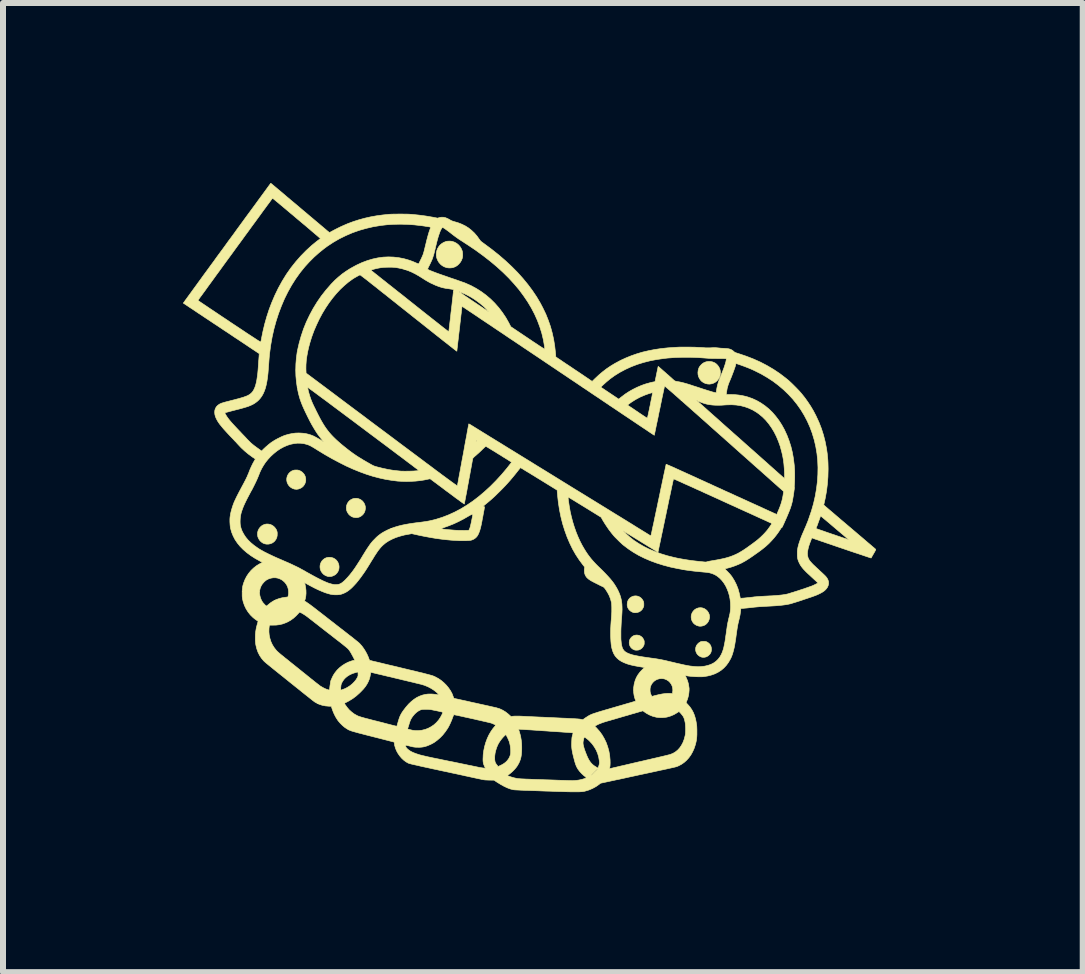
<source format=kicad_pcb>
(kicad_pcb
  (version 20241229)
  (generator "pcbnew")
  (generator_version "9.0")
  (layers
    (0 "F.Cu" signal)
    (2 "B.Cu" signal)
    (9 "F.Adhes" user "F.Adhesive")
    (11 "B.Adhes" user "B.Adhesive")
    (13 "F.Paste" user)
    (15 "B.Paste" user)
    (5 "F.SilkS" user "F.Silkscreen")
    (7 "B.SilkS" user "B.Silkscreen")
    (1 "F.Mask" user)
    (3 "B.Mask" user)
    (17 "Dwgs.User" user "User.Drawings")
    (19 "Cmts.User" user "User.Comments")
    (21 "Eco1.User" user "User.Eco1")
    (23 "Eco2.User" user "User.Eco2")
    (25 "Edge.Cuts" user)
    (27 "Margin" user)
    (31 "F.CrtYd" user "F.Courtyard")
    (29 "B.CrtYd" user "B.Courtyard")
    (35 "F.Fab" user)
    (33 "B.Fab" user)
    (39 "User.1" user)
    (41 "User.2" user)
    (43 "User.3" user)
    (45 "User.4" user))
  (footprint "AL_Logo_13mm"
    (layer "F.Cu")
    (at 6.23 5.745)
    (property "Reference" "AL_Logo_13mm" (at 0 0.5 0) (layer "Eco2.User") (effects (font (size 1 1) (thickness 0.15))))
    (attr through_hole)
    (fp_poly (pts (xy -3.756 0.497) (xy -3.726 0.506) (xy -3.7 0.52) (xy -3.677 0.538) (xy -3.658 0.561) (xy -3.644 0.586) (xy -3.634 0.613) (xy -3.629 0.641) (xy -3.629 0.67) (xy -3.633 0.698) (xy -3.644 0.726) (xy -3.66 0.752) (xy -3.682 0.776) (xy -3.692 0.784) (xy -3.718 0.799) (xy -3.746 0.81) (xy -3.775 0.815) (xy -3.804 0.815) (xy -3.822 0.811) (xy -3.854 0.799) (xy -3.883 0.781) (xy -3.906 0.758) (xy -3.925 0.732) (xy -3.938 0.703) (xy -3.945 0.672) (xy -3.946 0.64) (xy -3.941 0.611) (xy -3.929 0.579) (xy -3.912 0.552) (xy -3.889 0.529) (xy -3.863 0.511) (xy -3.833 0.499) (xy -3.8 0.494) (xy -3.789 0.494) (xy -3.756 0.497)) (stroke (width 0.01) (type solid)) (fill yes) (layer "F.SilkS"))
    (fp_poly (pts (xy -3.331 -0.489) (xy -3.299 -0.481) (xy -3.27 -0.468) (xy -3.243 -0.448) (xy -3.232 -0.437) (xy -3.212 -0.41) (xy -3.198 -0.379) (xy -3.19 -0.347) (xy -3.19 -0.315) (xy -3.196 -0.282) (xy -3.204 -0.259) (xy -3.221 -0.23) (xy -3.243 -0.207) (xy -3.268 -0.188) (xy -3.296 -0.175) (xy -3.327 -0.168) (xy -3.359 -0.168) (xy -3.391 -0.174) (xy -3.396 -0.175) (xy -3.423 -0.187) (xy -3.446 -0.203) (xy -3.466 -0.222) (xy -3.485 -0.249) (xy -3.499 -0.278) (xy -3.506 -0.308) (xy -3.507 -0.338) (xy -3.503 -0.368) (xy -3.493 -0.396) (xy -3.478 -0.423) (xy -3.458 -0.446) (xy -3.434 -0.465) (xy -3.405 -0.479) (xy -3.396 -0.483) (xy -3.363 -0.489) (xy -3.331 -0.489)) (stroke (width 0.01) (type solid)) (fill yes) (layer "F.SilkS"))
    (fp_poly (pts (xy 2.432 1.339) (xy 2.461 1.35) (xy 2.487 1.367) (xy 2.509 1.388) (xy 2.527 1.414) (xy 2.54 1.443) (xy 2.545 1.466) (xy 2.547 1.497) (xy 2.541 1.527) (xy 2.53 1.557) (xy 2.513 1.584) (xy 2.491 1.607) (xy 2.469 1.623) (xy 2.446 1.633) (xy 2.421 1.64) (xy 2.396 1.643) (xy 2.373 1.642) (xy 2.369 1.641) (xy 2.335 1.631) (xy 2.306 1.615) (xy 2.281 1.594) (xy 2.262 1.568) (xy 2.248 1.538) (xy 2.247 1.534) (xy 2.241 1.502) (xy 2.241 1.471) (xy 2.248 1.441) (xy 2.26 1.413) (xy 2.278 1.388) (xy 2.3 1.366) (xy 2.326 1.35) (xy 2.356 1.339) (xy 2.37 1.336) (xy 2.402 1.334) (xy 2.432 1.339)) (stroke (width 0.01) (type solid)) (fill yes) (layer "F.SilkS"))
    (fp_poly (pts (xy -4.319 -0.96) (xy -4.3 -0.956) (xy -4.269 -0.943) (xy -4.243 -0.925) (xy -4.22 -0.902) (xy -4.202 -0.876) (xy -4.19 -0.846) (xy -4.184 -0.815) (xy -4.184 -0.783) (xy -4.185 -0.774) (xy -4.194 -0.742) (xy -4.208 -0.714) (xy -4.227 -0.689) (xy -4.25 -0.669) (xy -4.277 -0.654) (xy -4.305 -0.644) (xy -4.336 -0.639) (xy -4.366 -0.642) (xy -4.377 -0.644) (xy -4.409 -0.656) (xy -4.437 -0.674) (xy -4.461 -0.696) (xy -4.479 -0.722) (xy -4.493 -0.751) (xy -4.5 -0.782) (xy -4.501 -0.814) (xy -4.496 -0.844) (xy -4.485 -0.874) (xy -4.468 -0.901) (xy -4.446 -0.924) (xy -4.42 -0.943) (xy -4.391 -0.955) (xy -4.389 -0.956) (xy -4.368 -0.96) (xy -4.343 -0.961) (xy -4.319 -0.96)) (stroke (width 0.01) (type solid)) (fill yes) (layer "F.SilkS"))
    (fp_poly (pts (xy -4.801 -0.059) (xy -4.77 -0.052) (xy -4.741 -0.038) (xy -4.715 -0.019) (xy -4.693 0.005) (xy -4.674 0.033) (xy -4.673 0.036) (xy -4.667 0.05) (xy -4.663 0.063) (xy -4.66 0.076) (xy -4.659 0.092) (xy -4.659 0.097) (xy -4.66 0.133) (xy -4.667 0.166) (xy -4.681 0.196) (xy -4.701 0.223) (xy -4.713 0.235) (xy -4.739 0.254) (xy -4.769 0.267) (xy -4.801 0.274) (xy -4.834 0.275) (xy -4.864 0.27) (xy -4.894 0.259) (xy -4.921 0.241) (xy -4.945 0.219) (xy -4.964 0.192) (xy -4.978 0.163) (xy -4.984 0.145) (xy -4.988 0.111) (xy -4.986 0.078) (xy -4.977 0.046) (xy -4.962 0.017) (xy -4.942 -0.009) (xy -4.917 -0.031) (xy -4.895 -0.044) (xy -4.864 -0.056) (xy -4.833 -0.061) (xy -4.801 -0.059)) (stroke (width 0.01) (type solid)) (fill yes) (layer "F.SilkS"))
    (fp_poly (pts (xy 1.349 1.142) (xy 1.377 1.153) (xy 1.401 1.169) (xy 1.422 1.191) (xy 1.439 1.217) (xy 1.439 1.218) (xy 1.445 1.231) (xy 1.448 1.241) (xy 1.45 1.252) (xy 1.451 1.266) (xy 1.451 1.277) (xy 1.451 1.294) (xy 1.45 1.307) (xy 1.447 1.317) (xy 1.443 1.328) (xy 1.439 1.336) (xy 1.423 1.364) (xy 1.401 1.386) (xy 1.375 1.403) (xy 1.346 1.413) (xy 1.319 1.417) (xy 1.299 1.418) (xy 1.282 1.415) (xy 1.271 1.412) (xy 1.242 1.399) (xy 1.217 1.38) (xy 1.197 1.357) (xy 1.183 1.331) (xy 1.175 1.301) (xy 1.174 1.288) (xy 1.176 1.255) (xy 1.183 1.225) (xy 1.197 1.198) (xy 1.216 1.175) (xy 1.241 1.157) (xy 1.269 1.144) (xy 1.29 1.139) (xy 1.32 1.137) (xy 1.349 1.142)) (stroke (width 0.01) (type solid)) (fill yes) (layer "F.SilkS"))
    (fp_poly (pts (xy 2.465 1.896) (xy 2.477 1.897) (xy 2.487 1.899) (xy 2.496 1.902) (xy 2.506 1.907) (xy 2.506 1.907) (xy 2.532 1.924) (xy 2.553 1.945) (xy 2.568 1.971) (xy 2.576 2) (xy 2.579 2.027) (xy 2.576 2.057) (xy 2.568 2.083) (xy 2.554 2.106) (xy 2.546 2.115) (xy 2.522 2.137) (xy 2.496 2.152) (xy 2.467 2.16) (xy 2.437 2.161) (xy 2.419 2.159) (xy 2.393 2.15) (xy 2.369 2.135) (xy 2.347 2.116) (xy 2.331 2.092) (xy 2.327 2.085) (xy 2.317 2.056) (xy 2.314 2.027) (xy 2.317 1.998) (xy 2.326 1.971) (xy 2.342 1.946) (xy 2.363 1.924) (xy 2.389 1.907) (xy 2.39 1.906) (xy 2.399 1.901) (xy 2.408 1.899) (xy 2.417 1.897) (xy 2.43 1.896) (xy 2.447 1.896) (xy 2.465 1.896)) (stroke (width 0.01) (type solid)) (fill yes) (layer "F.SilkS"))
    (fp_poly (pts (xy 1.355 1.792) (xy 1.378 1.798) (xy 1.384 1.8) (xy 1.41 1.816) (xy 1.431 1.836) (xy 1.446 1.861) (xy 1.452 1.874) (xy 1.456 1.885) (xy 1.458 1.896) (xy 1.458 1.911) (xy 1.458 1.916) (xy 1.458 1.933) (xy 1.456 1.946) (xy 1.453 1.958) (xy 1.449 1.967) (xy 1.433 1.993) (xy 1.413 2.014) (xy 1.39 2.029) (xy 1.377 2.035) (xy 1.365 2.039) (xy 1.351 2.041) (xy 1.338 2.042) (xy 1.316 2.042) (xy 1.299 2.039) (xy 1.293 2.037) (xy 1.266 2.024) (xy 1.244 2.006) (xy 1.227 1.985) (xy 1.216 1.962) (xy 1.209 1.937) (xy 1.208 1.911) (xy 1.211 1.885) (xy 1.22 1.86) (xy 1.235 1.838) (xy 1.254 1.818) (xy 1.279 1.802) (xy 1.285 1.799) (xy 1.306 1.793) (xy 1.33 1.79) (xy 1.355 1.792)) (stroke (width 0.01) (type solid)) (fill yes) (layer "F.SilkS"))
    (fp_poly (pts (xy 2.56 -2.77) (xy 2.596 -2.763) (xy 2.63 -2.749) (xy 2.638 -2.745) (xy 2.662 -2.727) (xy 2.683 -2.705) (xy 2.702 -2.678) (xy 2.716 -2.649) (xy 2.721 -2.634) (xy 2.725 -2.616) (xy 2.727 -2.595) (xy 2.727 -2.572) (xy 2.725 -2.55) (xy 2.723 -2.538) (xy 2.712 -2.505) (xy 2.695 -2.476) (xy 2.673 -2.449) (xy 2.647 -2.427) (xy 2.617 -2.41) (xy 2.585 -2.399) (xy 2.551 -2.393) (xy 2.517 -2.394) (xy 2.514 -2.395) (xy 2.478 -2.403) (xy 2.446 -2.418) (xy 2.418 -2.437) (xy 2.395 -2.461) (xy 2.377 -2.489) (xy 2.363 -2.519) (xy 2.355 -2.552) (xy 2.353 -2.586) (xy 2.357 -2.621) (xy 2.367 -2.656) (xy 2.373 -2.67) (xy 2.385 -2.689) (xy 2.401 -2.708) (xy 2.42 -2.727) (xy 2.44 -2.742) (xy 2.453 -2.75) (xy 2.488 -2.764) (xy 2.524 -2.77) (xy 2.56 -2.77)) (stroke (width 0.01) (type solid)) (fill yes) (layer "F.SilkS"))
    (fp_poly (pts (xy -1.764 -4.775) (xy -1.741 -4.771) (xy -1.737 -4.77) (xy -1.701 -4.757) (xy -1.667 -4.738) (xy -1.637 -4.713) (xy -1.612 -4.684) (xy -1.591 -4.65) (xy -1.576 -4.613) (xy -1.575 -4.61) (xy -1.571 -4.59) (xy -1.569 -4.565) (xy -1.568 -4.539) (xy -1.57 -4.514) (xy -1.574 -4.493) (xy -1.575 -4.49) (xy -1.589 -4.454) (xy -1.609 -4.421) (xy -1.634 -4.392) (xy -1.662 -4.367) (xy -1.694 -4.348) (xy -1.728 -4.336) (xy -1.733 -4.334) (xy -1.755 -4.331) (xy -1.781 -4.329) (xy -1.806 -4.33) (xy -1.829 -4.333) (xy -1.838 -4.335) (xy -1.875 -4.348) (xy -1.909 -4.367) (xy -1.939 -4.392) (xy -1.965 -4.422) (xy -1.985 -4.456) (xy -2 -4.494) (xy -2.002 -4.502) (xy -2.008 -4.54) (xy -2.007 -4.578) (xy -2 -4.614) (xy -1.988 -4.649) (xy -1.969 -4.681) (xy -1.946 -4.71) (xy -1.918 -4.734) (xy -1.886 -4.754) (xy -1.851 -4.768) (xy -1.839 -4.772) (xy -1.816 -4.775) (xy -1.791 -4.776) (xy -1.764 -4.775)) (stroke (width 0.01) (type solid)) (fill yes) (layer "F.SilkS"))
    (fp_poly (pts (xy -4.765 -5.74) (xy -4.763 -5.737) (xy -4.758 -5.733) (xy -4.75 -5.728) (xy -4.74 -5.719) (xy -4.727 -5.708) (xy -4.711 -5.695) (xy -4.691 -5.678) (xy -4.667 -5.658) (xy -4.639 -5.634) (xy -4.606 -5.607) (xy -4.568 -5.575) (xy -4.526 -5.539) (xy -4.52 -5.534) (xy -4.505 -5.521) (xy -4.485 -5.504) (xy -4.46 -5.484) (xy -4.432 -5.459) (xy -4.399 -5.432) (xy -4.364 -5.403) (xy -4.326 -5.371) (xy -4.286 -5.337) (xy -4.245 -5.302) (xy -4.202 -5.266) (xy -4.159 -5.23) (xy -4.117 -5.194) (xy -4.076 -5.16) (xy -4.036 -5.126) (xy -3.998 -5.094) (xy -3.962 -5.064) (xy -3.928 -5.035) (xy -3.898 -5.01) (xy -3.871 -4.987) (xy -3.847 -4.967) (xy -3.828 -4.95) (xy -3.812 -4.938) (xy -3.802 -4.929) (xy -3.797 -4.924) (xy -3.796 -4.924) (xy -3.793 -4.921) (xy -3.789 -4.92) (xy -3.784 -4.921) (xy -3.777 -4.925) (xy -3.765 -4.931) (xy -3.749 -4.94) (xy -3.747 -4.941) (xy -3.716 -4.958) (xy -3.679 -4.977) (xy -3.639 -4.997) (xy -3.598 -5.017) (xy -3.558 -5.035) (xy -3.519 -5.052) (xy -3.484 -5.067) (xy -3.484 -5.067) (xy -3.39 -5.102) (xy -3.296 -5.132) (xy -3.201 -5.158) (xy -3.104 -5.18) (xy -3.004 -5.198) (xy -2.9 -5.212) (xy -2.804 -5.222) (xy -2.782 -5.224) (xy -2.755 -5.225) (xy -2.722 -5.226) (xy -2.687 -5.226) (xy -2.648 -5.227) (xy -2.609 -5.227) (xy -2.569 -5.227) (xy -2.531 -5.226) (xy -2.495 -5.226) (xy -2.463 -5.225) (xy -2.436 -5.223) (xy -2.417 -5.222) (xy -2.299 -5.21) (xy -2.185 -5.195) (xy -2.073 -5.176) (xy -2.051 -5.172) (xy -1.985 -5.159) (xy -1.961 -5.167) (xy -1.927 -5.174) (xy -1.892 -5.174) (xy -1.856 -5.167) (xy -1.819 -5.152) (xy -1.784 -5.133) (xy -1.764 -5.121) (xy -1.746 -5.113) (xy -1.727 -5.106) (xy -1.716 -5.103) (xy -1.647 -5.083) (xy -1.583 -5.058) (xy -1.524 -5.029) (xy -1.47 -4.995) (xy -1.42 -4.955) (xy -1.373 -4.911) (xy -1.329 -4.86) (xy -1.29 -4.805) (xy -1.282 -4.795) (xy -1.276 -4.786) (xy -1.269 -4.778) (xy -1.26 -4.77) (xy -1.249 -4.761) (xy -1.234 -4.75) (xy -1.215 -4.736) (xy -1.208 -4.731) (xy -1.083 -4.638) (xy -0.965 -4.544) (xy -0.855 -4.449) (xy -0.751 -4.352) (xy -0.654 -4.254) (xy -0.565 -4.155) (xy -0.482 -4.054) (xy -0.406 -3.952) (xy -0.336 -3.848) (xy -0.274 -3.743) (xy -0.231 -3.661) (xy -0.182 -3.559) (xy -0.141 -3.456) (xy -0.105 -3.353) (xy -0.076 -3.247) (xy -0.052 -3.139) (xy -0.034 -3.028) (xy -0.021 -2.912) (xy -0.018 -2.877) (xy -0.016 -2.847) (xy 0.008 -2.83) (xy 0.015 -2.825) (xy 0.027 -2.817) (xy 0.045 -2.805) (xy 0.067 -2.791) (xy 0.092 -2.773) (xy 0.121 -2.754) (xy 0.153 -2.732) (xy 0.187 -2.71) (xy 0.223 -2.686) (xy 0.257 -2.663) (xy 0.295 -2.637) (xy 0.333 -2.612) (xy 0.369 -2.588) (xy 0.403 -2.565) (xy 0.436 -2.543) (xy 0.465 -2.523) (xy 0.49 -2.506) (xy 0.511 -2.492) (xy 0.528 -2.481) (xy 0.536 -2.475) (xy 0.59 -2.438) (xy 0.636 -2.483) (xy 0.701 -2.544) (xy 0.765 -2.598) (xy 0.83 -2.648) (xy 0.898 -2.694) (xy 0.969 -2.737) (xy 1.045 -2.778) (xy 1.068 -2.79) (xy 1.155 -2.83) (xy 1.244 -2.866) (xy 1.336 -2.898) (xy 1.43 -2.926) (xy 1.529 -2.949) (xy 1.631 -2.969) (xy 1.738 -2.985) (xy 1.85 -2.997) (xy 1.968 -3.005) (xy 2.036 -3.009) (xy 2.082 -3.01) (xy 2.133 -3.01) (xy 2.187 -3.01) (xy 2.244 -3.009) (xy 2.3 -3.008) (xy 2.354 -3.005) (xy 2.404 -3.003) (xy 2.434 -3.001) (xy 2.461 -2.999) (xy 2.483 -2.997) (xy 2.504 -2.997) (xy 2.524 -2.997) (xy 2.548 -2.997) (xy 2.575 -2.998) (xy 2.587 -2.999) (xy 2.615 -3) (xy 2.638 -3) (xy 2.659 -2.999) (xy 2.681 -2.997) (xy 2.69 -2.996) (xy 2.711 -2.994) (xy 2.737 -2.991) (xy 2.763 -2.99) (xy 2.788 -2.989) (xy 2.792 -2.988) (xy 2.83 -2.986) (xy 2.862 -2.982) (xy 2.889 -2.975) (xy 2.912 -2.965) (xy 2.933 -2.952) (xy 2.949 -2.938) (xy 2.956 -2.932) (xy 2.962 -2.927) (xy 2.97 -2.922) (xy 2.979 -2.918) (xy 2.991 -2.914) (xy 3.008 -2.908) (xy 3.03 -2.901) (xy 3.031 -2.901) (xy 3.158 -2.858) (xy 3.279 -2.811) (xy 3.395 -2.759) (xy 3.506 -2.701) (xy 3.613 -2.638) (xy 3.715 -2.57) (xy 3.812 -2.496) (xy 3.864 -2.454) (xy 3.883 -2.436) (xy 3.907 -2.414) (xy 3.933 -2.389) (xy 3.96 -2.362) (xy 3.988 -2.334) (xy 4.014 -2.307) (xy 4.039 -2.281) (xy 4.06 -2.257) (xy 4.076 -2.239) (xy 4.133 -2.168) (xy 4.184 -2.097) (xy 4.231 -2.026) (xy 4.275 -1.952) (xy 4.316 -1.874) (xy 4.323 -1.86) (xy 4.371 -1.756) (xy 4.412 -1.65) (xy 4.446 -1.543) (xy 4.474 -1.433) (xy 4.496 -1.32) (xy 4.508 -1.237) (xy 4.512 -1.196) (xy 4.516 -1.157) (xy 4.519 -1.119) (xy 4.521 -1.08) (xy 4.522 -1.038) (xy 4.523 -0.992) (xy 4.523 -0.967) (xy 4.52 -0.847) (xy 4.511 -0.73) (xy 4.497 -0.613) (xy 4.476 -0.495) (xy 4.459 -0.417) (xy 4.45 -0.379) (xy 4.462 -0.368) (xy 4.466 -0.364) (xy 4.475 -0.356) (xy 4.489 -0.344) (xy 4.508 -0.328) (xy 4.531 -0.308) (xy 4.558 -0.285) (xy 4.589 -0.259) (xy 4.623 -0.23) (xy 4.66 -0.198) (xy 4.7 -0.164) (xy 4.742 -0.128) (xy 4.786 -0.091) (xy 4.832 -0.052) (xy 4.88 -0.011) (xy 4.891 -0.002) (xy 4.939 0.039) (xy 4.985 0.078) (xy 5.029 0.116) (xy 5.072 0.152) (xy 5.112 0.186) (xy 5.149 0.218) (xy 5.183 0.247) (xy 5.214 0.273) (xy 5.242 0.297) (xy 5.265 0.317) (xy 5.285 0.333) (xy 5.299 0.346) (xy 5.309 0.354) (xy 5.314 0.359) (xy 5.314 0.359) (xy 5.316 0.361) (xy 5.317 0.364) (xy 5.316 0.369) (xy 5.313 0.376) (xy 5.308 0.386) (xy 5.3 0.401) (xy 5.289 0.42) (xy 5.281 0.434) (xy 5.269 0.454) (xy 5.259 0.472) (xy 5.25 0.487) (xy 5.244 0.499) (xy 5.24 0.505) (xy 5.24 0.506) (xy 5.236 0.505) (xy 5.227 0.502) (xy 5.211 0.497) (xy 5.19 0.49) (xy 5.163 0.481) (xy 5.133 0.471) (xy 5.098 0.459) (xy 5.059 0.446) (xy 5.018 0.432) (xy 4.974 0.418) (xy 4.927 0.402) (xy 4.879 0.386) (xy 4.83 0.369) (xy 4.78 0.352) (xy 4.73 0.335) (xy 4.679 0.318) (xy 4.63 0.301) (xy 4.581 0.284) (xy 4.534 0.268) (xy 4.489 0.253) (xy 4.447 0.238) (xy 4.407 0.225) (xy 4.371 0.212) (xy 4.339 0.201) (xy 4.311 0.192) (xy 4.289 0.184) (xy 4.271 0.177) (xy 4.259 0.173) (xy 4.256 0.172) (xy 4.255 0.172) (xy 4.253 0.173) (xy 4.25 0.177) (xy 4.247 0.183) (xy 4.242 0.194) (xy 4.237 0.209) (xy 4.229 0.229) (xy 4.219 0.255) (xy 4.219 0.256) (xy 4.201 0.307) (xy 4.189 0.354) (xy 4.181 0.396) (xy 4.178 0.433) (xy 4.181 0.467) (xy 4.188 0.498) (xy 4.2 0.525) (xy 4.2 0.525) (xy 4.207 0.537) (xy 4.215 0.549) (xy 4.224 0.561) (xy 4.235 0.573) (xy 4.248 0.588) (xy 4.263 0.604) (xy 4.282 0.623) (xy 4.305 0.644) (xy 4.332 0.67) (xy 4.364 0.699) (xy 4.377 0.712) (xy 4.399 0.732) (xy 4.421 0.752) (xy 4.441 0.771) (xy 4.458 0.787) (xy 4.472 0.801) (xy 4.482 0.811) (xy 4.484 0.813) (xy 4.506 0.842) (xy 4.521 0.871) (xy 4.53 0.901) (xy 4.531 0.932) (xy 4.525 0.962) (xy 4.513 0.991) (xy 4.494 1.019) (xy 4.468 1.046) (xy 4.453 1.058) (xy 4.423 1.078) (xy 4.386 1.098) (xy 4.344 1.118) (xy 4.326 1.125) (xy 4.31 1.132) (xy 4.289 1.139) (xy 4.263 1.149) (xy 4.233 1.159) (xy 4.2 1.17) (xy 4.165 1.182) (xy 4.128 1.194) (xy 4.091 1.207) (xy 4.055 1.219) (xy 4.02 1.23) (xy 3.986 1.241) (xy 3.956 1.25) (xy 3.93 1.258) (xy 3.908 1.265) (xy 3.891 1.27) (xy 3.884 1.271) (xy 3.858 1.277) (xy 3.831 1.282) (xy 3.803 1.286) (xy 3.773 1.29) (xy 3.74 1.294) (xy 3.704 1.297) (xy 3.663 1.301) (xy 3.617 1.304) (xy 3.565 1.307) (xy 3.508 1.31) (xy 3.47 1.312) (xy 3.437 1.314) (xy 3.409 1.316) (xy 3.384 1.317) (xy 3.362 1.319) (xy 3.34 1.321) (xy 3.318 1.323) (xy 3.295 1.325) (xy 3.268 1.328) (xy 3.237 1.332) (xy 3.225 1.333) (xy 3.199 1.336) (xy 3.172 1.339) (xy 3.147 1.341) (xy 3.125 1.343) (xy 3.109 1.345) (xy 3.108 1.345) (xy 3.068 1.347) (xy 3.066 1.375) (xy 3.061 1.412) (xy 3.055 1.455) (xy 3.046 1.499) (xy 3.035 1.545) (xy 3.035 1.545) (xy 3.028 1.574) (xy 3.021 1.603) (xy 3.015 1.635) (xy 3.009 1.669) (xy 3.003 1.707) (xy 2.997 1.751) (xy 2.991 1.791) (xy 2.983 1.853) (xy 2.974 1.908) (xy 2.966 1.958) (xy 2.957 2.003) (xy 2.947 2.043) (xy 2.937 2.08) (xy 2.927 2.113) (xy 2.915 2.145) (xy 2.902 2.175) (xy 2.893 2.192) (xy 2.862 2.246) (xy 2.826 2.295) (xy 2.786 2.338) (xy 2.741 2.376) (xy 2.69 2.409) (xy 2.636 2.436) (xy 2.576 2.457) (xy 2.512 2.473) (xy 2.453 2.482) (xy 2.425 2.485) (xy 2.392 2.485) (xy 2.354 2.485) (xy 2.315 2.484) (xy 2.274 2.481) (xy 2.235 2.478) (xy 2.197 2.474) (xy 2.164 2.469) (xy 2.158 2.468) (xy 2.149 2.466) (xy 2.143 2.466) (xy 2.142 2.466) (xy 2.144 2.47) (xy 2.148 2.478) (xy 2.154 2.49) (xy 2.156 2.496) (xy 2.179 2.549) (xy 2.195 2.605) (xy 2.204 2.664) (xy 2.206 2.676) (xy 2.206 2.71) (xy 2.203 2.747) (xy 2.198 2.786) (xy 2.189 2.824) (xy 2.179 2.859) (xy 2.173 2.874) (xy 2.167 2.888) (xy 2.162 2.9) (xy 2.159 2.907) (xy 2.158 2.911) (xy 2.158 2.916) (xy 2.161 2.921) (xy 2.167 2.929) (xy 2.177 2.94) (xy 2.185 2.948) (xy 2.221 2.99) (xy 2.251 3.034) (xy 2.276 3.08) (xy 2.296 3.13) (xy 2.312 3.184) (xy 2.318 3.212) (xy 2.324 3.242) (xy 2.328 3.268) (xy 2.332 3.292) (xy 2.334 3.316) (xy 2.335 3.341) (xy 2.336 3.369) (xy 2.336 3.402) (xy 2.336 3.407) (xy 2.336 3.449) (xy 2.334 3.485) (xy 2.331 3.517) (xy 2.327 3.548) (xy 2.32 3.579) (xy 2.312 3.612) (xy 2.309 3.622) (xy 2.289 3.682) (xy 2.264 3.737) (xy 2.235 3.789) (xy 2.201 3.836) (xy 2.163 3.878) (xy 2.121 3.915) (xy 2.076 3.946) (xy 2.028 3.971) (xy 2.022 3.973) (xy 2.018 3.975) (xy 2.015 3.976) (xy 2.012 3.978) (xy 2.01 3.979) (xy 2.007 3.98) (xy 2.003 3.981) (xy 1.999 3.982) (xy 1.994 3.984) (xy 1.988 3.986) (xy 1.98 3.988) (xy 1.971 3.99) (xy 1.96 3.993) (xy 1.946 3.996) (xy 1.93 4) (xy 1.911 4.004) (xy 1.889 4.009) (xy 1.864 4.014) (xy 1.836 4.021) (xy 1.803 4.028) (xy 1.767 4.036) (xy 1.727 4.044) (xy 1.682 4.054) (xy 1.632 4.065) (xy 1.577 4.077) (xy 1.517 4.09) (xy 1.452 4.104) (xy 1.381 4.119) (xy 1.304 4.136) (xy 1.22 4.154) (xy 1.13 4.174) (xy 1.034 4.195) (xy 0.998 4.202) (xy 0.729 4.26) (xy 0.707 4.278) (xy 0.653 4.316) (xy 0.596 4.347) (xy 0.535 4.373) (xy 0.471 4.392) (xy 0.458 4.395) (xy 0.448 4.397) (xy 0.437 4.398) (xy 0.424 4.4) (xy 0.41 4.401) (xy 0.393 4.402) (xy 0.374 4.403) (xy 0.352 4.403) (xy 0.326 4.403) (xy 0.298 4.403) (xy 0.265 4.403) (xy 0.228 4.403) (xy 0.186 4.402) (xy 0.14 4.401) (xy 0.088 4.399) (xy 0.031 4.398) (xy -0.033 4.396) (xy -0.102 4.393) (xy -0.179 4.391) (xy -0.238 4.389) (xy -0.309 4.386) (xy -0.372 4.384) (xy -0.429 4.382) (xy -0.48 4.38) (xy -0.525 4.379) (xy -0.565 4.377) (xy -0.599 4.376) (xy -0.629 4.374) (xy -0.654 4.373) (xy -0.675 4.372) (xy -0.692 4.371) (xy -0.705 4.37) (xy -0.716 4.369) (xy -0.724 4.368) (xy -0.729 4.367) (xy -0.776 4.355) (xy -0.826 4.336) (xy -0.879 4.311) (xy -0.935 4.28) (xy -0.993 4.244) (xy -1.006 4.236) (xy -1.045 4.209) (xy -1.122 4.208) (xy -1.151 4.207) (xy -1.175 4.206) (xy -1.194 4.205) (xy -1.21 4.203) (xy -1.226 4.201) (xy -1.234 4.199) (xy -1.242 4.198) (xy -1.256 4.195) (xy -1.276 4.19) (xy -1.303 4.185) (xy -1.335 4.178) (xy -1.372 4.17) (xy -1.413 4.161) (xy -1.459 4.151) (xy -1.509 4.14) (xy -1.545 4.132) (xy -0.826 4.132) (xy -0.794 4.144) (xy -0.752 4.158) (xy -0.71 4.17) (xy -0.669 4.179) (xy -0.651 4.182) (xy -0.643 4.183) (xy -0.631 4.184) (xy -0.616 4.185) (xy -0.596 4.187) (xy -0.572 4.188) (xy -0.544 4.189) (xy -0.51 4.191) (xy -0.471 4.192) (xy -0.426 4.194) (xy -0.376 4.196) (xy -0.319 4.198) (xy -0.255 4.2) (xy -0.202 4.202) (xy -0.134 4.204) (xy -0.072 4.206) (xy -0.017 4.208) (xy 0.032 4.21) (xy 0.075 4.211) (xy 0.113 4.212) (xy 0.146 4.213) (xy 0.175 4.214) (xy 0.2 4.215) (xy 0.221 4.215) (xy 0.239 4.215) (xy 0.254 4.216) (xy 0.266 4.216) (xy 0.277 4.215) (xy 0.286 4.215) (xy 0.294 4.215) (xy 0.301 4.214) (xy 0.308 4.214) (xy 0.314 4.213) (xy 0.321 4.213) (xy 0.361 4.208) (xy 0.397 4.201) (xy 0.433 4.192) (xy 0.448 4.187) (xy 0.468 4.181) (xy 0.481 4.176) (xy 0.488 4.171) (xy 0.489 4.166) (xy 0.484 4.159) (xy 0.474 4.15) (xy 0.461 4.14) (xy 0.446 4.127) (xy 0.574 4.127) (xy 0.578 4.125) (xy 0.586 4.12) (xy 0.586 4.119) (xy 0.598 4.111) (xy 0.611 4.099) (xy 0.623 4.09) (xy 0.641 4.071) (xy 0.659 4.05) (xy 0.674 4.029) (xy 0.678 4.022) (xy 0.678 4.021) (xy 0.674 4.024) (xy 0.666 4.032) (xy 0.655 4.043) (xy 0.649 4.05) (xy 0.634 4.066) (xy 0.618 4.082) (xy 0.604 4.097) (xy 0.592 4.108) (xy 0.591 4.109) (xy 0.581 4.12) (xy 0.575 4.125) (xy 0.574 4.127) (xy 0.446 4.127) (xy 0.418 4.102) (xy 0.381 4.062) (xy 0.352 4.023) (xy 0.329 3.982) (xy 0.314 3.944) (xy 0.305 3.916) (xy 0.296 3.884) (xy 0.287 3.85) (xy 0.278 3.815) (xy 0.27 3.782) (xy 0.263 3.751) (xy 0.258 3.724) (xy 0.255 3.707) (xy 0.252 3.686) (xy 0.25 3.667) (xy 0.249 3.65) (xy 0.248 3.631) (xy 0.248 3.609) (xy 0.249 3.592) (xy 0.438 3.592) (xy 0.441 3.619) (xy 0.449 3.652) (xy 0.46 3.691) (xy 0.476 3.735) (xy 0.494 3.781) (xy 0.513 3.826) (xy 0.532 3.864) (xy 0.552 3.896) (xy 0.574 3.924) (xy 0.597 3.948) (xy 0.624 3.969) (xy 0.654 3.988) (xy 0.658 3.99) (xy 0.669 3.997) (xy 0.678 4.003) (xy 0.683 4.007) (xy 0.683 4.008) (xy 0.685 4.007) (xy 0.689 4.002) (xy 0.694 3.992) (xy 0.698 3.979) (xy 0.703 3.965) (xy 0.707 3.951) (xy 0.707 3.948) (xy 0.71 3.935) (xy 0.712 3.923) (xy 0.712 3.91) (xy 0.71 3.893) (xy 0.709 3.884) (xy 0.699 3.824) (xy 0.682 3.766) (xy 0.658 3.709) (xy 0.627 3.656) (xy 0.591 3.605) (xy 0.548 3.559) (xy 0.548 3.558) (xy 0.533 3.544) (xy 0.518 3.531) (xy 0.502 3.518) (xy 0.487 3.507) (xy 0.475 3.498) (xy 0.465 3.493) (xy 0.459 3.491) (xy 0.458 3.492) (xy 0.456 3.498) (xy 0.452 3.509) (xy 0.449 3.524) (xy 0.445 3.54) (xy 0.442 3.555) (xy 0.439 3.568) (xy 0.439 3.571) (xy 0.438 3.592) (xy 0.249 3.592) (xy 0.249 3.582) (xy 0.249 3.578) (xy 0.25 3.552) (xy 0.251 3.531) (xy 0.252 3.515) (xy 0.253 3.502) (xy 0.255 3.49) (xy 0.258 3.478) (xy 0.26 3.469) (xy 0.266 3.45) (xy 0.269 3.436) (xy 0.271 3.428) (xy 0.27 3.423) (xy 0.267 3.42) (xy 0.263 3.419) (xy 0.261 3.419) (xy 0.251 3.418) (xy 0.235 3.417) (xy 0.213 3.415) (xy 0.186 3.413) (xy 0.154 3.411) (xy 0.118 3.409) (xy 0.078 3.406) (xy 0.036 3.403) (xy -0.009 3.4) (xy -0.056 3.397) (xy -0.105 3.394) (xy -0.154 3.39) (xy -0.203 3.387) (xy -0.252 3.384) (xy -0.3 3.38) (xy -0.347 3.377) (xy -0.392 3.374) (xy -0.434 3.371) (xy -0.473 3.369) (xy -0.509 3.367) (xy -0.54 3.365) (xy -0.567 3.363) (xy -0.588 3.362) (xy -0.604 3.361) (xy -0.613 3.36) (xy -0.615 3.36) (xy -0.627 3.36) (xy -0.634 3.361) (xy -0.636 3.363) (xy -0.635 3.366) (xy -0.631 3.378) (xy -0.626 3.394) (xy -0.62 3.414) (xy -0.614 3.435) (xy -0.608 3.456) (xy -0.604 3.475) (xy -0.601 3.487) (xy -0.592 3.541) (xy -0.586 3.594) (xy -0.584 3.649) (xy -0.584 3.694) (xy -0.586 3.742) (xy -0.59 3.785) (xy -0.596 3.823) (xy -0.605 3.858) (xy -0.616 3.89) (xy -0.63 3.922) (xy -0.648 3.954) (xy -0.662 3.977) (xy -0.676 3.996) (xy -0.695 4.019) (xy -0.716 4.042) (xy -0.739 4.065) (xy -0.763 4.086) (xy -0.785 4.104) (xy -0.796 4.112) (xy -0.826 4.132) (xy -1.545 4.132) (xy -1.563 4.128) (xy -1.619 4.116) (xy -1.678 4.103) (xy -1.74 4.09) (xy -1.803 4.076) (xy -1.86 4.064) (xy -1.937 4.048) (xy -2.007 4.032) (xy -2.071 4.019) (xy -2.128 4.006) (xy -2.18 3.995) (xy -2.226 3.985) (xy -2.267 3.976) (xy -2.304 3.967) (xy -2.335 3.96) (xy -2.363 3.954) (xy -2.386 3.949) (xy -2.407 3.944) (xy -2.424 3.94) (xy -2.438 3.936) (xy -2.449 3.933) (xy -2.458 3.931) (xy -2.466 3.928) (xy -2.471 3.926) (xy -2.476 3.924) (xy -2.477 3.924) (xy -2.515 3.902) (xy -2.552 3.874) (xy -2.587 3.841) (xy -2.618 3.804) (xy -2.646 3.764) (xy -2.67 3.721) (xy -2.688 3.677) (xy -2.701 3.633) (xy -2.702 3.627) (xy -2.524 3.627) (xy -2.523 3.633) (xy -2.52 3.642) (xy -2.52 3.643) (xy -2.509 3.666) (xy -2.49 3.687) (xy -2.465 3.708) (xy -2.433 3.729) (xy -2.394 3.748) (xy -2.348 3.766) (xy -2.299 3.782) (xy -2.28 3.788) (xy -2.259 3.793) (xy -2.236 3.799) (xy -2.21 3.805) (xy -2.181 3.812) (xy -2.146 3.82) (xy -2.107 3.828) (xy -2.062 3.838) (xy -2.011 3.848) (xy -2.003 3.85) (xy -1.966 3.857) (xy -1.925 3.866) (xy -1.881 3.875) (xy -1.836 3.884) (xy -1.789 3.894) (xy -1.741 3.903) (xy -1.692 3.913) (xy -1.644 3.923) (xy -1.597 3.933) (xy -1.552 3.942) (xy -1.508 3.951) (xy -1.468 3.96) (xy -1.43 3.967) (xy -1.397 3.974) (xy -1.368 3.98) (xy -1.344 3.985) (xy -1.326 3.989) (xy -1.314 3.991) (xy -1.312 3.992) (xy -1.293 3.996) (xy -1.271 4) (xy -1.249 4.003) (xy -1.228 4.006) (xy -1.211 4.008) (xy -1.199 4.009) (xy -1.189 4.01) (xy -1.205 3.976) (xy -1.214 3.955) (xy -1.221 3.936) (xy -1.225 3.917) (xy -1.228 3.895) (xy -1.229 3.87) (xy -1.229 3.854) (xy -1.228 3.84) (xy -1.036 3.84) (xy -1.033 3.876) (xy -1.028 3.903) (xy -1.019 3.926) (xy -1.004 3.947) (xy -0.998 3.955) (xy -0.989 3.965) (xy -0.985 3.972) (xy -0.984 3.976) (xy -0.986 3.979) (xy -0.989 3.983) (xy -0.986 3.984) (xy -0.982 3.983) (xy -0.975 3.98) (xy -0.963 3.975) (xy -0.949 3.968) (xy -0.935 3.962) (xy -0.902 3.945) (xy -0.874 3.927) (xy -0.849 3.907) (xy -0.828 3.886) (xy -0.805 3.857) (xy -0.787 3.825) (xy -0.775 3.792) (xy -0.771 3.777) (xy -0.768 3.746) (xy -0.768 3.71) (xy -0.771 3.671) (xy -0.776 3.632) (xy -0.784 3.594) (xy -0.793 3.563) (xy -0.798 3.551) (xy -0.805 3.535) (xy -0.813 3.517) (xy -0.821 3.499) (xy -0.83 3.482) (xy -0.837 3.468) (xy -0.843 3.458) (xy -0.847 3.454) (xy -0.85 3.453) (xy -0.854 3.454) (xy -0.86 3.459) (xy -0.869 3.467) (xy -0.882 3.48) (xy -0.888 3.486) (xy -0.917 3.519) (xy -0.944 3.555) (xy -0.968 3.592) (xy -0.984 3.623) (xy -1.002 3.666) (xy -1.016 3.711) (xy -1.027 3.755) (xy -1.033 3.799) (xy -1.036 3.84) (xy -1.228 3.84) (xy -1.226 3.786) (xy -1.217 3.717) (xy -1.203 3.649) (xy -1.184 3.583) (xy -1.16 3.518) (xy -1.132 3.457) (xy -1.099 3.4) (xy -1.063 3.348) (xy -1.032 3.311) (xy -1.03 3.309) (xy 0.634 3.309) (xy 0.667 3.343) (xy 0.714 3.396) (xy 0.756 3.454) (xy 0.792 3.516) (xy 0.824 3.582) (xy 0.849 3.652) (xy 0.869 3.724) (xy 0.882 3.797) (xy 0.889 3.873) (xy 0.889 3.886) (xy 0.89 3.919) (xy 0.889 3.946) (xy 0.888 3.969) (xy 0.885 3.99) (xy 0.881 4.009) (xy 0.88 4.015) (xy 0.88 4.017) (xy 0.884 4.016) (xy 0.895 4.014) (xy 0.911 4.01) (xy 0.934 4.005) (xy 0.962 3.998) (xy 0.995 3.991) (xy 1.032 3.982) (xy 1.074 3.972) (xy 1.12 3.962) (xy 1.169 3.95) (xy 1.221 3.938) (xy 1.276 3.925) (xy 1.333 3.912) (xy 1.375 3.902) (xy 1.434 3.889) (xy 1.491 3.875) (xy 1.547 3.863) (xy 1.599 3.85) (xy 1.649 3.839) (xy 1.695 3.828) (xy 1.738 3.818) (xy 1.776 3.809) (xy 1.809 3.801) (xy 1.838 3.794) (xy 1.861 3.788) (xy 1.878 3.784) (xy 1.889 3.781) (xy 1.892 3.78) (xy 1.937 3.762) (xy 1.979 3.737) (xy 2.016 3.707) (xy 2.049 3.671) (xy 2.078 3.629) (xy 2.103 3.582) (xy 2.123 3.53) (xy 2.138 3.473) (xy 2.141 3.46) (xy 2.145 3.436) (xy 2.147 3.406) (xy 2.148 3.373) (xy 2.148 3.339) (xy 2.146 3.305) (xy 2.144 3.274) (xy 2.14 3.246) (xy 2.139 3.243) (xy 2.133 3.215) (xy 2.127 3.191) (xy 2.12 3.172) (xy 2.111 3.153) (xy 2.102 3.138) (xy 2.094 3.128) (xy 2.084 3.115) (xy 2.073 3.102) (xy 2.062 3.089) (xy 2.051 3.078) (xy 2.043 3.07) (xy 2.037 3.066) (xy 2.037 3.066) (xy 2.033 3.068) (xy 2.024 3.073) (xy 2.012 3.081) (xy 2.004 3.086) (xy 1.953 3.116) (xy 1.899 3.139) (xy 1.842 3.156) (xy 1.827 3.159) (xy 1.798 3.163) (xy 1.765 3.166) (xy 1.729 3.166) (xy 1.694 3.164) (xy 1.662 3.16) (xy 1.649 3.157) (xy 1.594 3.142) (xy 1.541 3.12) (xy 1.491 3.092) (xy 1.458 3.069) (xy 1.436 3.053) (xy 1.375 3.07) (xy 1.353 3.077) (xy 1.324 3.085) (xy 1.291 3.095) (xy 1.254 3.105) (xy 1.214 3.117) (xy 1.171 3.13) (xy 1.127 3.142) (xy 1.083 3.155) (xy 1.039 3.168) (xy 0.997 3.18) (xy 0.958 3.192) (xy 0.921 3.202) (xy 0.889 3.212) (xy 0.863 3.219) (xy 0.845 3.224) (xy 0.805 3.236) (xy 0.771 3.247) (xy 0.741 3.258) (xy 0.715 3.268) (xy 0.692 3.278) (xy 0.67 3.289) (xy 0.649 3.3) (xy 0.649 3.301) (xy 0.634 3.309) (xy -1.03 3.309) (xy -1.015 3.292) (xy -1.041 3.279) (xy -1.058 3.271) (xy -1.077 3.263) (xy -1.093 3.257) (xy -1.1 3.255) (xy -1.113 3.252) (xy -1.132 3.247) (xy -1.155 3.242) (xy -1.183 3.235) (xy -1.215 3.228) (xy -1.25 3.22) (xy -1.287 3.211) (xy -1.326 3.203) (xy -1.366 3.193) (xy -1.407 3.184) (xy -1.448 3.175) (xy -1.488 3.166) (xy -1.527 3.158) (xy -1.564 3.149) (xy -1.598 3.142) (xy -1.629 3.135) (xy -1.656 3.129) (xy -1.679 3.125) (xy -1.697 3.121) (xy -1.709 3.119) (xy -1.715 3.118) (xy -1.716 3.118) (xy -1.718 3.122) (xy -1.722 3.131) (xy -1.728 3.145) (xy -1.734 3.161) (xy -1.737 3.168) (xy -1.748 3.199) (xy -1.762 3.232) (xy -1.777 3.266) (xy -1.793 3.299) (xy -1.809 3.329) (xy -1.819 3.346) (xy -1.858 3.403) (xy -1.901 3.457) (xy -1.947 3.504) (xy -1.996 3.546) (xy -2.047 3.583) (xy -2.101 3.612) (xy -2.156 3.635) (xy -2.163 3.638) (xy -2.196 3.648) (xy -2.227 3.655) (xy -2.259 3.659) (xy -2.293 3.661) (xy -2.325 3.66) (xy -2.345 3.66) (xy -2.361 3.659) (xy -2.375 3.657) (xy -2.39 3.655) (xy -2.406 3.652) (xy -2.426 3.647) (xy -2.451 3.641) (xy -2.452 3.64) (xy -2.48 3.634) (xy -2.501 3.629) (xy -2.515 3.626) (xy -2.523 3.626) (xy -2.524 3.627) (xy -2.702 3.627) (xy -2.705 3.607) (xy -2.707 3.593) (xy -2.709 3.582) (xy -2.71 3.576) (xy -2.711 3.575) (xy -2.714 3.574) (xy -2.724 3.571) (xy -2.739 3.567) (xy -2.759 3.562) (xy -2.782 3.556) (xy -2.808 3.549) (xy -2.817 3.547) (xy -2.894 3.527) (xy -2.964 3.509) (xy -3.028 3.493) (xy -3.086 3.478) (xy -3.138 3.465) (xy -3.185 3.453) (xy -3.227 3.442) (xy -3.264 3.432) (xy -3.297 3.424) (xy -3.326 3.416) (xy -3.351 3.409) (xy -3.373 3.403) (xy -3.391 3.398) (xy -3.407 3.393) (xy -3.421 3.389) (xy -3.432 3.385) (xy -3.442 3.381) (xy -3.45 3.378) (xy -3.457 3.375) (xy -3.464 3.372) (xy -3.47 3.369) (xy -3.476 3.365) (xy -3.482 3.362) (xy -3.488 3.359) (xy -3.497 3.353) (xy -2.486 3.353) (xy -2.484 3.356) (xy -2.477 3.359) (xy -2.472 3.36) (xy -2.46 3.364) (xy -2.448 3.367) (xy -2.446 3.367) (xy -2.4 3.378) (xy -2.351 3.383) (xy -2.3 3.382) (xy -2.25 3.377) (xy -2.246 3.376) (xy -2.192 3.363) (xy -2.141 3.343) (xy -2.092 3.317) (xy -2.047 3.286) (xy -2.006 3.249) (xy -1.969 3.207) (xy -1.938 3.161) (xy -1.923 3.133) (xy -1.912 3.112) (xy -1.905 3.097) (xy -1.901 3.086) (xy -1.899 3.079) (xy -1.9 3.076) (xy -1.901 3.075) (xy -1.906 3.074) (xy -1.918 3.071) (xy -1.934 3.067) (xy -1.953 3.063) (xy -1.975 3.058) (xy -1.999 3.053) (xy -2.022 3.048) (xy -2.044 3.044) (xy -2.063 3.04) (xy -2.078 3.037) (xy -2.097 3.033) (xy -2.116 3.031) (xy -2.135 3.029) (xy -2.158 3.028) (xy -2.181 3.028) (xy -2.204 3.028) (xy -2.222 3.029) (xy -2.235 3.029) (xy -2.245 3.031) (xy -2.254 3.033) (xy -2.263 3.035) (xy -2.269 3.037) (xy -2.302 3.053) (xy -2.335 3.076) (xy -2.366 3.104) (xy -2.395 3.138) (xy -2.405 3.151) (xy -2.417 3.169) (xy -2.427 3.185) (xy -2.436 3.203) (xy -2.444 3.222) (xy -2.452 3.245) (xy -2.461 3.273) (xy -2.462 3.277) (xy -2.468 3.298) (xy -2.474 3.316) (xy -2.479 3.332) (xy -2.483 3.343) (xy -2.484 3.347) (xy -2.486 3.353) (xy -3.497 3.353) (xy -3.53 3.332) (xy -3.571 3.298) (xy -3.609 3.26) (xy -3.645 3.218) (xy -3.672 3.177) (xy -3.687 3.152) (xy -3.703 3.121) (xy -3.718 3.089) (xy -3.731 3.057) (xy -3.742 3.027) (xy -3.745 3.019) (xy -3.758 2.977) (xy -3.798 2.976) (xy -3.856 2.971) (xy -3.911 2.96) (xy -3.964 2.942) (xy -3.995 2.927) (xy -3.539 2.927) (xy -3.538 2.93) (xy -3.534 2.938) (xy -3.529 2.947) (xy -3.497 2.992) (xy -3.461 3.035) (xy -3.419 3.073) (xy -3.375 3.106) (xy -3.33 3.131) (xy -3.322 3.135) (xy -3.313 3.139) (xy -3.302 3.144) (xy -3.29 3.148) (xy -3.276 3.152) (xy -3.259 3.158) (xy -3.239 3.163) (xy -3.216 3.17) (xy -3.187 3.178) (xy -3.155 3.186) (xy -3.116 3.196) (xy -3.072 3.208) (xy -3.021 3.221) (xy -3.014 3.222) (xy -2.973 3.233) (xy -2.932 3.243) (xy -2.893 3.253) (xy -2.856 3.263) (xy -2.822 3.272) (xy -2.792 3.279) (xy -2.767 3.286) (xy -2.747 3.291) (xy -2.733 3.295) (xy -2.731 3.295) (xy -2.712 3.3) (xy -2.695 3.304) (xy -2.681 3.307) (xy -2.673 3.309) (xy -2.671 3.309) (xy -2.667 3.308) (xy -2.664 3.305) (xy -2.662 3.299) (xy -2.658 3.288) (xy -2.654 3.271) (xy -2.653 3.268) (xy -2.641 3.225) (xy -2.629 3.187) (xy -2.617 3.153) (xy -2.603 3.123) (xy -2.587 3.093) (xy -2.568 3.064) (xy -2.557 3.048) (xy -2.513 2.991) (xy -2.47 2.941) (xy -2.425 2.898) (xy -2.38 2.862) (xy -2.333 2.831) (xy -2.285 2.808) (xy -2.235 2.79) (xy -2.183 2.778) (xy -2.18 2.778) (xy -2.151 2.774) (xy -2.118 2.773) (xy -2.083 2.773) (xy -2.047 2.776) (xy -2.014 2.78) (xy -1.998 2.783) (xy -1.983 2.785) (xy -1.971 2.788) (xy -1.964 2.788) (xy -1.962 2.788) (xy -1.963 2.785) (xy -1.969 2.778) (xy -1.979 2.768) (xy -1.991 2.756) (xy -2.005 2.743) (xy -2.02 2.731) (xy -2.035 2.719) (xy -2.041 2.714) (xy -2.091 2.681) (xy -2.146 2.652) (xy -2.204 2.628) (xy -2.257 2.612) (xy -2.268 2.609) (xy -2.286 2.605) (xy -2.309 2.599) (xy -2.336 2.593) (xy -2.368 2.585) (xy -2.404 2.576) (xy -2.443 2.567) (xy -2.485 2.557) (xy -2.529 2.546) (xy -2.574 2.536) (xy -2.621 2.524) (xy -2.668 2.513) (xy -2.715 2.502) (xy -2.762 2.49) (xy -2.808 2.48) (xy -2.853 2.469) (xy -2.895 2.459) (xy -2.935 2.449) (xy -2.972 2.441) (xy -3.005 2.433) (xy -3.034 2.426) (xy -3.059 2.42) (xy -3.078 2.416) (xy -3.091 2.412) (xy -3.099 2.411) (xy -3.1 2.411) (xy -3.101 2.414) (xy -3.102 2.424) (xy -3.104 2.437) (xy -3.105 2.44) (xy -3.113 2.485) (xy -3.125 2.527) (xy -3.142 2.568) (xy -3.163 2.608) (xy -3.189 2.648) (xy -3.221 2.688) (xy -3.26 2.729) (xy -3.287 2.756) (xy -3.342 2.805) (xy -3.399 2.848) (xy -3.459 2.885) (xy -3.504 2.909) (xy -3.518 2.916) (xy -3.53 2.922) (xy -3.537 2.925) (xy -3.539 2.927) (xy -3.995 2.927) (xy -4.014 2.917) (xy -4.038 2.903) (xy -4.044 2.898) (xy -4.056 2.889) (xy -4.072 2.877) (xy -4.092 2.861) (xy -4.116 2.842) (xy -4.142 2.821) (xy -4.171 2.798) (xy -4.202 2.774) (xy -4.234 2.748) (xy -4.243 2.741) (xy -4.28 2.711) (xy -4.321 2.678) (xy -4.363 2.645) (xy -4.406 2.61) (xy -4.448 2.577) (xy -4.488 2.544) (xy -4.526 2.514) (xy -4.559 2.487) (xy -4.574 2.475) (xy -4.622 2.437) (xy -4.665 2.402) (xy -4.703 2.372) (xy -4.736 2.345) (xy -4.764 2.322) (xy -4.789 2.302) (xy -4.81 2.285) (xy -4.828 2.27) (xy -4.843 2.258) (xy -4.855 2.247) (xy -4.865 2.239) (xy -4.873 2.231) (xy -4.88 2.225) (xy -4.885 2.22) (xy -4.887 2.218) (xy -4.922 2.176) (xy -4.953 2.129) (xy -4.979 2.078) (xy -4.999 2.022) (xy -5.007 1.991) (xy -5.014 1.962) (xy -5.019 1.935) (xy -5.022 1.908) (xy -5.024 1.88) (xy -5.024 1.846) (xy -5.024 1.836) (xy -5.023 1.779) (xy -5.018 1.733) (xy -4.798 1.733) (xy -4.793 1.79) (xy -4.781 1.846) (xy -4.764 1.9) (xy -4.74 1.952) (xy -4.71 2) (xy -4.675 2.044) (xy -4.667 2.053) (xy -4.659 2.061) (xy -4.646 2.073) (xy -4.629 2.088) (xy -4.608 2.106) (xy -4.584 2.126) (xy -4.557 2.147) (xy -4.53 2.17) (xy -4.505 2.189) (xy -4.478 2.211) (xy -4.446 2.237) (xy -4.41 2.266) (xy -4.371 2.297) (xy -4.331 2.329) (xy -4.289 2.363) (xy -4.248 2.396) (xy -4.208 2.428) (xy -4.169 2.459) (xy -4.166 2.462) (xy -4.132 2.489) (xy -4.099 2.516) (xy -4.068 2.54) (xy -4.039 2.564) (xy -4.012 2.585) (xy -3.989 2.603) (xy -3.969 2.618) (xy -3.954 2.63) (xy -3.944 2.638) (xy -3.939 2.641) (xy -3.907 2.66) (xy -3.872 2.679) (xy -3.836 2.694) (xy -3.829 2.696) (xy -3.811 2.702) (xy -3.8 2.705) (xy -3.793 2.706) (xy -3.789 2.703) (xy -3.787 2.697) (xy -3.786 2.688) (xy -3.602 2.688) (xy -3.601 2.701) (xy -3.6 2.707) (xy -3.599 2.707) (xy -3.594 2.706) (xy -3.584 2.703) (xy -3.571 2.699) (xy -3.568 2.698) (xy -3.524 2.681) (xy -3.482 2.658) (xy -3.441 2.631) (xy -3.404 2.6) (xy -3.371 2.566) (xy -3.343 2.531) (xy -3.325 2.5) (xy -3.318 2.487) (xy -3.315 2.477) (xy -3.312 2.467) (xy -3.312 2.454) (xy -3.312 2.44) (xy -3.312 2.425) (xy -3.313 2.414) (xy -3.314 2.407) (xy -3.315 2.406) (xy -3.319 2.407) (xy -3.33 2.409) (xy -3.343 2.412) (xy -3.352 2.415) (xy -3.401 2.43) (xy -3.446 2.45) (xy -3.486 2.474) (xy -3.521 2.502) (xy -3.55 2.533) (xy -3.573 2.568) (xy -3.578 2.577) (xy -3.587 2.595) (xy -3.592 2.609) (xy -3.596 2.623) (xy -3.598 2.64) (xy -3.598 2.643) (xy -3.601 2.669) (xy -3.602 2.688) (xy -3.786 2.688) (xy -3.785 2.686) (xy -3.785 2.686) (xy -3.783 2.661) (xy -3.78 2.636) (xy -3.776 2.612) (xy -3.773 2.59) (xy -3.77 2.57) (xy -3.767 2.556) (xy -3.764 2.547) (xy -3.764 2.545) (xy -3.76 2.537) (xy -3.754 2.524) (xy -3.748 2.51) (xy -3.747 2.507) (xy -3.724 2.46) (xy -3.695 2.416) (xy -3.661 2.374) (xy -3.621 2.335) (xy -3.577 2.3) (xy -3.53 2.27) (xy -3.496 2.252) (xy -3.475 2.242) (xy -3.451 2.233) (xy -3.427 2.224) (xy -3.405 2.217) (xy -3.387 2.213) (xy -3.38 2.211) (xy -3.371 2.21) (xy -3.366 2.209) (xy -3.366 2.208) (xy -3.368 2.205) (xy -3.372 2.197) (xy -3.379 2.184) (xy -3.387 2.167) (xy -3.396 2.15) (xy -3.415 2.115) (xy -3.431 2.086) (xy -3.446 2.062) (xy -3.46 2.042) (xy -3.473 2.025) (xy -3.485 2.013) (xy -3.492 2.007) (xy -3.504 1.997) (xy -3.52 1.983) (xy -3.541 1.967) (xy -3.564 1.948) (xy -3.59 1.927) (xy -3.618 1.905) (xy -3.648 1.882) (xy -3.656 1.876) (xy -3.691 1.849) (xy -3.729 1.819) (xy -3.771 1.786) (xy -3.814 1.753) (xy -3.858 1.719) (xy -3.9 1.686) (xy -3.94 1.655) (xy -3.97 1.631) (xy -4.001 1.607) (xy -4.032 1.583) (xy -4.06 1.561) (xy -4.087 1.54) (xy -4.111 1.522) (xy -4.131 1.506) (xy -4.148 1.493) (xy -4.159 1.484) (xy -4.164 1.481) (xy -4.184 1.466) (xy -4.207 1.451) (xy -4.231 1.436) (xy -4.252 1.424) (xy -4.271 1.414) (xy -4.272 1.414) (xy -4.287 1.407) (xy -4.299 1.421) (xy -4.343 1.468) (xy -4.387 1.508) (xy -4.434 1.542) (xy -4.483 1.57) (xy -4.519 1.586) (xy -4.571 1.605) (xy -4.623 1.617) (xy -4.677 1.624) (xy -4.734 1.625) (xy -4.737 1.625) (xy -4.759 1.625) (xy -4.775 1.625) (xy -4.785 1.626) (xy -4.789 1.627) (xy -4.79 1.628) (xy -4.791 1.633) (xy -4.792 1.644) (xy -4.794 1.659) (xy -4.796 1.676) (xy -4.796 1.676) (xy -4.798 1.733) (xy -5.018 1.733) (xy -5.017 1.725) (xy -5.008 1.672) (xy -4.994 1.617) (xy -4.987 1.595) (xy -4.983 1.579) (xy -4.98 1.567) (xy -4.979 1.559) (xy -4.98 1.558) (xy -4.986 1.554) (xy -4.996 1.548) (xy -5.01 1.538) (xy -5.024 1.528) (xy -5.039 1.517) (xy -5.052 1.506) (xy -5.062 1.498) (xy -5.107 1.454) (xy -5.145 1.406) (xy -5.178 1.354) (xy -5.205 1.298) (xy -5.226 1.237) (xy -5.235 1.199) (xy -5.238 1.184) (xy -5.24 1.17) (xy -5.242 1.155) (xy -5.243 1.137) (xy -5.243 1.114) (xy -5.243 1.098) (xy -4.954 1.098) (xy -4.948 1.135) (xy -4.938 1.172) (xy -4.923 1.208) (xy -4.91 1.231) (xy -4.902 1.243) (xy -4.892 1.256) (xy -4.879 1.27) (xy -4.867 1.283) (xy -4.856 1.294) (xy -4.846 1.302) (xy -4.84 1.306) (xy -4.839 1.306) (xy -4.835 1.304) (xy -4.826 1.298) (xy -4.815 1.289) (xy -4.808 1.283) (xy -4.767 1.25) (xy -4.725 1.223) (xy -4.204 1.223) (xy -4.196 1.228) (xy -4.181 1.236) (xy -4.167 1.246) (xy -4.152 1.256) (xy -4.135 1.268) (xy -4.116 1.281) (xy -4.095 1.297) (xy -4.071 1.315) (xy -4.042 1.337) (xy -4.01 1.362) (xy -3.973 1.391) (xy -3.964 1.398) (xy -3.931 1.423) (xy -3.894 1.452) (xy -3.854 1.483) (xy -3.811 1.517) (xy -3.766 1.552) (xy -3.72 1.587) (xy -3.676 1.622) (xy -3.632 1.656) (xy -3.591 1.688) (xy -3.585 1.692) (xy -3.539 1.728) (xy -3.498 1.76) (xy -3.463 1.788) (xy -3.431 1.812) (xy -3.404 1.833) (xy -3.381 1.852) (xy -3.362 1.867) (xy -3.346 1.88) (xy -3.332 1.891) (xy -3.321 1.9) (xy -3.312 1.907) (xy -3.305 1.913) (xy -3.299 1.918) (xy -3.294 1.923) (xy -3.289 1.927) (xy -3.285 1.931) (xy -3.281 1.935) (xy -3.28 1.937) (xy -3.248 1.973) (xy -3.218 2.014) (xy -3.189 2.06) (xy -3.163 2.108) (xy -3.141 2.157) (xy -3.132 2.182) (xy -3.127 2.195) (xy -3.122 2.206) (xy -3.118 2.211) (xy -3.118 2.212) (xy -3.114 2.213) (xy -3.103 2.215) (xy -3.087 2.219) (xy -3.065 2.225) (xy -3.039 2.231) (xy -3.008 2.238) (xy -2.974 2.246) (xy -2.938 2.255) (xy -2.899 2.264) (xy -2.885 2.268) (xy -2.797 2.289) (xy -2.715 2.308) (xy -2.64 2.326) (xy -2.571 2.343) (xy -2.508 2.358) (xy -2.451 2.372) (xy -2.398 2.384) (xy -2.351 2.395) (xy -2.309 2.406) (xy -2.271 2.415) (xy -2.237 2.423) (xy -2.207 2.431) (xy -2.18 2.438) (xy -2.157 2.444) (xy -2.137 2.449) (xy -2.119 2.454) (xy -2.104 2.458) (xy -2.091 2.462) (xy -2.08 2.465) (xy -2.07 2.468) (xy -2.062 2.471) (xy -2.054 2.474) (xy -2.047 2.477) (xy -2.04 2.48) (xy -2.034 2.483) (xy -2.027 2.486) (xy -2.024 2.488) (xy -1.973 2.515) (xy -1.926 2.547) (xy -1.881 2.585) (xy -1.84 2.626) (xy -1.803 2.671) (xy -1.771 2.718) (xy -1.745 2.766) (xy -1.726 2.816) (xy -1.725 2.818) (xy -1.721 2.832) (xy -1.717 2.84) (xy -1.713 2.844) (xy -1.708 2.847) (xy -1.706 2.847) (xy -1.695 2.849) (xy -1.677 2.853) (xy -1.654 2.858) (xy -1.627 2.864) (xy -1.595 2.871) (xy -1.56 2.879) (xy -1.521 2.887) (xy -1.48 2.896) (xy -1.438 2.906) (xy -1.394 2.916) (xy -1.35 2.925) (xy -1.306 2.935) (xy -1.262 2.945) (xy -1.22 2.954) (xy -1.18 2.963) (xy -1.143 2.971) (xy -1.108 2.979) (xy -1.078 2.986) (xy -1.051 2.992) (xy -1.03 2.997) (xy -1.015 3) (xy -1.005 3.002) (xy -1.004 3.003) (xy -0.951 3.019) (xy -0.902 3.042) (xy -0.854 3.071) (xy -0.808 3.107) (xy -0.788 3.125) (xy -0.776 3.136) (xy -0.768 3.143) (xy -0.762 3.147) (xy -0.757 3.148) (xy -0.751 3.147) (xy -0.748 3.146) (xy -0.738 3.144) (xy -0.727 3.143) (xy -0.714 3.142) (xy -0.698 3.141) (xy -0.68 3.141) (xy -0.658 3.141) (xy -0.631 3.141) (xy -0.6 3.142) (xy -0.563 3.144) (xy -0.52 3.146) (xy -0.483 3.148) (xy -0.441 3.15) (xy -0.398 3.152) (xy -0.354 3.154) (xy -0.31 3.156) (xy -0.269 3.158) (xy -0.232 3.159) (xy -0.199 3.161) (xy -0.173 3.162) (xy -0.143 3.164) (xy -0.107 3.165) (xy -0.068 3.167) (xy -0.025 3.169) (xy 0.017 3.171) (xy 0.059 3.173) (xy 0.098 3.175) (xy 0.101 3.175) (xy 0.155 3.177) (xy 0.202 3.18) (xy 0.243 3.182) (xy 0.278 3.184) (xy 0.307 3.185) (xy 0.332 3.187) (xy 0.353 3.188) (xy 0.369 3.19) (xy 0.383 3.191) (xy 0.393 3.193) (xy 0.402 3.194) (xy 0.402 3.195) (xy 0.419 3.198) (xy 0.43 3.2) (xy 0.438 3.199) (xy 0.442 3.197) (xy 0.444 3.195) (xy 0.45 3.19) (xy 0.461 3.182) (xy 0.475 3.172) (xy 0.492 3.161) (xy 0.509 3.15) (xy 0.526 3.139) (xy 0.541 3.131) (xy 0.551 3.125) (xy 0.56 3.121) (xy 0.569 3.117) (xy 0.579 3.112) (xy 0.59 3.108) (xy 0.603 3.103) (xy 0.617 3.098) (xy 0.635 3.092) (xy 0.655 3.086) (xy 0.678 3.078) (xy 0.705 3.07) (xy 0.737 3.06) (xy 0.773 3.05) (xy 0.815 3.037) (xy 0.862 3.024) (xy 0.915 3.008) (xy 0.975 2.991) (xy 0.977 2.99) (xy 1.025 2.976) (xy 1.071 2.963) (xy 1.115 2.95) (xy 1.156 2.938) (xy 1.193 2.927) (xy 1.226 2.918) (xy 1.255 2.909) (xy 1.279 2.902) (xy 1.297 2.896) (xy 1.31 2.893) (xy 1.317 2.891) (xy 1.318 2.89) (xy 1.317 2.887) (xy 1.314 2.879) (xy 1.311 2.872) (xy 1.299 2.837) (xy 1.289 2.797) (xy 1.283 2.755) (xy 1.28 2.712) (xy 1.28 2.706) (xy 1.555 2.706) (xy 1.556 2.731) (xy 1.56 2.753) (xy 1.56 2.754) (xy 1.564 2.766) (xy 1.569 2.779) (xy 1.575 2.792) (xy 1.58 2.803) (xy 1.584 2.81) (xy 1.586 2.812) (xy 1.59 2.811) (xy 1.6 2.809) (xy 1.614 2.805) (xy 1.631 2.8) (xy 1.641 2.798) (xy 1.701 2.783) (xy 1.757 2.772) (xy 1.809 2.765) (xy 1.856 2.762) (xy 1.892 2.763) (xy 1.927 2.766) (xy 1.931 2.745) (xy 1.935 2.709) (xy 1.932 2.674) (xy 1.923 2.64) (xy 1.908 2.609) (xy 1.888 2.581) (xy 1.864 2.557) (xy 1.835 2.538) (xy 1.803 2.524) (xy 1.784 2.519) (xy 1.748 2.515) (xy 1.713 2.518) (xy 1.679 2.527) (xy 1.648 2.542) (xy 1.62 2.562) (xy 1.596 2.587) (xy 1.576 2.616) (xy 1.562 2.65) (xy 1.56 2.659) (xy 1.556 2.681) (xy 1.555 2.706) (xy 1.28 2.706) (xy 1.281 2.671) (xy 1.282 2.664) (xy 1.291 2.605) (xy 1.306 2.55) (xy 1.327 2.498) (xy 1.355 2.45) (xy 1.39 2.404) (xy 1.431 2.361) (xy 1.431 2.361) (xy 1.464 2.331) (xy 1.383 2.318) (xy 1.339 2.31) (xy 1.301 2.303) (xy 1.268 2.296) (xy 1.238 2.289) (xy 1.211 2.282) (xy 1.184 2.274) (xy 1.175 2.271) (xy 1.123 2.251) (xy 1.077 2.229) (xy 1.037 2.203) (xy 1.003 2.173) (xy 0.974 2.14) (xy 0.951 2.102) (xy 0.933 2.059) (xy 0.919 2.012) (xy 0.913 1.983) (xy 0.907 1.945) (xy 0.903 1.9) (xy 0.9 1.851) (xy 0.898 1.797) (xy 0.898 1.741) (xy 0.899 1.682) (xy 0.902 1.622) (xy 0.906 1.563) (xy 0.909 1.529) (xy 0.912 1.487) (xy 0.915 1.445) (xy 0.917 1.403) (xy 0.917 1.364) (xy 0.917 1.327) (xy 0.916 1.295) (xy 0.914 1.267) (xy 0.912 1.246) (xy 0.911 1.244) (xy 0.896 1.189) (xy 0.875 1.134) (xy 0.847 1.081) (xy 0.813 1.028) (xy 0.801 1.012) (xy 0.789 0.998) (xy 0.778 0.989) (xy 0.763 0.981) (xy 0.762 0.981) (xy 0.746 0.974) (xy 0.725 0.964) (xy 0.702 0.952) (xy 0.676 0.939) (xy 0.65 0.926) (xy 0.624 0.913) (xy 0.601 0.901) (xy 0.581 0.89) (xy 0.565 0.881) (xy 0.56 0.878) (xy 0.527 0.855) (xy 0.5 0.83) (xy 0.481 0.803) (xy 0.468 0.773) (xy 0.461 0.74) (xy 0.46 0.704) (xy 0.461 0.688) (xy 0.465 0.656) (xy 0.437 0.621) (xy 0.375 0.538) (xy 0.317 0.45) (xy 0.264 0.357) (xy 0.216 0.258) (xy 0.172 0.155) (xy 0.133 0.047) (xy 0.098 -0.065) (xy 0.069 -0.181) (xy 0.045 -0.3) (xy 0.026 -0.424) (xy 0.017 -0.507) (xy 0.188 -0.507) (xy 0.189 -0.497) (xy 0.191 -0.483) (xy 0.193 -0.465) (xy 0.194 -0.456) (xy 0.208 -0.36) (xy 0.224 -0.268) (xy 0.244 -0.18) (xy 0.267 -0.093) (xy 0.294 -0.006) (xy 0.295 -0.004) (xy 0.324 0.078) (xy 0.355 0.154) (xy 0.388 0.226) (xy 0.424 0.296) (xy 0.456 0.351) (xy 0.485 0.398) (xy 0.515 0.443) (xy 0.546 0.485) (xy 0.578 0.525) (xy 0.614 0.566) (xy 0.653 0.608) (xy 0.697 0.652) (xy 0.718 0.672) (xy 0.769 0.722) (xy 0.814 0.768) (xy 0.854 0.811) (xy 0.89 0.851) (xy 0.922 0.89) (xy 0.95 0.927) (xy 0.974 0.964) (xy 0.996 1) (xy 1.016 1.037) (xy 1.021 1.047) (xy 1.038 1.084) (xy 1.053 1.121) (xy 1.065 1.158) (xy 1.074 1.195) (xy 1.081 1.233) (xy 1.086 1.274) (xy 1.088 1.318) (xy 1.089 1.366) (xy 1.087 1.419) (xy 1.083 1.477) (xy 1.079 1.531) (xy 1.076 1.565) (xy 1.074 1.603) (xy 1.072 1.643) (xy 1.07 1.685) (xy 1.069 1.727) (xy 1.069 1.767) (xy 1.069 1.805) (xy 1.069 1.839) (xy 1.07 1.869) (xy 1.072 1.887) (xy 1.076 1.93) (xy 1.083 1.967) (xy 1.091 1.998) (xy 1.103 2.024) (xy 1.118 2.046) (xy 1.136 2.064) (xy 1.159 2.08) (xy 1.187 2.094) (xy 1.22 2.107) (xy 1.23 2.11) (xy 1.254 2.118) (xy 1.282 2.125) (xy 1.314 2.132) (xy 1.35 2.139) (xy 1.39 2.147) (xy 1.436 2.154) (xy 1.488 2.162) (xy 1.546 2.17) (xy 1.572 2.174) (xy 1.607 2.178) (xy 1.638 2.183) (xy 1.666 2.187) (xy 1.694 2.192) (xy 1.721 2.197) (xy 1.749 2.202) (xy 1.778 2.208) (xy 1.811 2.215) (xy 1.848 2.224) (xy 1.889 2.234) (xy 1.934 2.244) (xy 1.99 2.258) (xy 2.04 2.269) (xy 2.084 2.279) (xy 2.124 2.288) (xy 2.159 2.295) (xy 2.191 2.301) (xy 2.221 2.306) (xy 2.248 2.309) (xy 2.274 2.312) (xy 2.3 2.314) (xy 2.307 2.315) (xy 2.324 2.316) (xy 2.339 2.317) (xy 2.35 2.318) (xy 2.354 2.318) (xy 2.361 2.318) (xy 2.373 2.317) (xy 2.388 2.317) (xy 2.407 2.315) (xy 2.41 2.315) (xy 2.469 2.308) (xy 2.523 2.295) (xy 2.572 2.278) (xy 2.616 2.255) (xy 2.655 2.227) (xy 2.689 2.194) (xy 2.719 2.155) (xy 2.744 2.111) (xy 2.756 2.084) (xy 2.765 2.06) (xy 2.774 2.034) (xy 2.782 2.006) (xy 2.789 1.974) (xy 2.796 1.939) (xy 2.804 1.899) (xy 2.811 1.854) (xy 2.818 1.802) (xy 2.823 1.771) (xy 2.829 1.722) (xy 2.836 1.679) (xy 2.841 1.641) (xy 2.847 1.607) (xy 2.853 1.576) (xy 2.86 1.547) (xy 2.866 1.518) (xy 2.87 1.504) (xy 2.879 1.465) (xy 2.887 1.43) (xy 2.892 1.398) (xy 2.895 1.367) (xy 2.897 1.336) (xy 2.897 1.308) (xy 2.895 1.246) (xy 2.888 1.188) (xy 2.879 1.141) (xy 2.862 1.08) (xy 2.84 1.023) (xy 2.815 0.97) (xy 2.785 0.922) (xy 2.752 0.879) (xy 2.716 0.842) (xy 2.677 0.81) (xy 2.635 0.784) (xy 2.59 0.765) (xy 2.544 0.752) (xy 2.521 0.748) (xy 2.508 0.746) (xy 2.49 0.744) (xy 2.467 0.742) (xy 2.443 0.74) (xy 2.423 0.738) (xy 2.283 0.724) (xy 2.148 0.706) (xy 2.037 0.686) (xy 2.805 0.686) (xy 2.808 0.692) (xy 2.815 0.701) (xy 2.827 0.713) (xy 2.844 0.73) (xy 2.848 0.734) (xy 2.866 0.753) (xy 2.885 0.773) (xy 2.901 0.793) (xy 2.914 0.809) (xy 2.919 0.816) (xy 2.959 0.88) (xy 2.993 0.947) (xy 3.021 1.018) (xy 3.042 1.093) (xy 3.05 1.129) (xy 3.053 1.145) (xy 3.056 1.16) (xy 3.058 1.17) (xy 3.059 1.174) (xy 3.063 1.177) (xy 3.073 1.177) (xy 3.074 1.177) (xy 3.083 1.176) (xy 3.097 1.175) (xy 3.114 1.174) (xy 3.133 1.172) (xy 3.154 1.17) (xy 3.179 1.167) (xy 3.206 1.165) (xy 3.231 1.162) (xy 3.234 1.161) (xy 3.265 1.158) (xy 3.292 1.154) (xy 3.319 1.152) (xy 3.347 1.149) (xy 3.376 1.147) (xy 3.408 1.145) (xy 3.445 1.143) (xy 3.483 1.141) (xy 3.538 1.138) (xy 3.587 1.136) (xy 3.63 1.133) (xy 3.668 1.13) (xy 3.702 1.127) (xy 3.732 1.124) (xy 3.759 1.121) (xy 3.785 1.117) (xy 3.809 1.113) (xy 3.831 1.109) (xy 3.844 1.106) (xy 3.862 1.101) (xy 3.885 1.094) (xy 3.913 1.085) (xy 3.944 1.076) (xy 3.977 1.065) (xy 4.013 1.054) (xy 4.049 1.042) (xy 4.085 1.03) (xy 4.12 1.019) (xy 4.153 1.007) (xy 4.183 0.997) (xy 4.21 0.987) (xy 4.233 0.979) (xy 4.25 0.973) (xy 4.276 0.962) (xy 4.299 0.951) (xy 4.319 0.941) (xy 4.335 0.933) (xy 4.344 0.927) (xy 4.353 0.92) (xy 4.249 0.824) (xy 4.213 0.79) (xy 4.181 0.761) (xy 4.154 0.735) (xy 4.131 0.711) (xy 4.112 0.691) (xy 4.096 0.672) (xy 4.082 0.654) (xy 4.07 0.637) (xy 4.059 0.62) (xy 4.05 0.603) (xy 4.043 0.59) (xy 4.031 0.563) (xy 4.022 0.54) (xy 4.016 0.517) (xy 4.012 0.494) (xy 4.01 0.467) (xy 4.01 0.437) (xy 4.01 0.413) (xy 4.01 0.393) (xy 4.012 0.376) (xy 4.014 0.359) (xy 4.018 0.34) (xy 4.019 0.332) (xy 4.027 0.3) (xy 4.036 0.267) (xy 4.048 0.231) (xy 4.061 0.193) (xy 4.077 0.15) (xy 4.096 0.104) (xy 4.119 0.052) (xy 4.122 0.045) (xy 4.135 0.014) (xy 4.32 0.014) (xy 4.341 0.021) (xy 4.353 0.026) (xy 4.371 0.032) (xy 4.394 0.04) (xy 4.42 0.049) (xy 4.45 0.059) (xy 4.483 0.071) (xy 4.517 0.083) (xy 4.553 0.095) (xy 4.59 0.108) (xy 4.627 0.12) (xy 4.664 0.133) (xy 4.699 0.145) (xy 4.732 0.156) (xy 4.763 0.167) (xy 4.791 0.176) (xy 4.815 0.184) (xy 4.834 0.191) (xy 4.849 0.196) (xy 4.857 0.198) (xy 4.86 0.199) (xy 4.863 0.199) (xy 4.863 0.198) (xy 4.859 0.194) (xy 4.849 0.186) (xy 4.835 0.174) (xy 4.818 0.159) (xy 4.797 0.141) (xy 4.773 0.12) (xy 4.746 0.098) (xy 4.718 0.074) (xy 4.688 0.049) (xy 4.658 0.023) (xy 4.626 -0.004) (xy 4.595 -0.03) (xy 4.565 -0.056) (xy 4.536 -0.081) (xy 4.508 -0.104) (xy 4.482 -0.126) (xy 4.459 -0.145) (xy 4.439 -0.162) (xy 4.422 -0.176) (xy 4.409 -0.187) (xy 4.401 -0.194) (xy 4.398 -0.196) (xy 4.398 -0.196) (xy 4.396 -0.193) (xy 4.396 -0.192) (xy 4.394 -0.188) (xy 4.391 -0.177) (xy 4.386 -0.162) (xy 4.38 -0.144) (xy 4.372 -0.123) (xy 4.364 -0.101) (xy 4.356 -0.079) (xy 4.349 -0.059) (xy 4.342 -0.04) (xy 4.336 -0.024) (xy 4.333 -0.018) (xy 4.32 0.014) (xy 4.135 0.014) (xy 4.136 0.012) (xy 4.149 -0.017) (xy 4.159 -0.042) (xy 4.168 -0.064) (xy 4.177 -0.086) (xy 4.186 -0.108) (xy 4.195 -0.133) (xy 4.203 -0.156) (xy 4.245 -0.279) (xy 4.28 -0.401) (xy 4.308 -0.524) (xy 4.329 -0.645) (xy 4.344 -0.766) (xy 4.352 -0.885) (xy 4.354 -1.003) (xy 4.349 -1.12) (xy 4.337 -1.235) (xy 4.318 -1.348) (xy 4.293 -1.458) (xy 4.26 -1.567) (xy 4.26 -1.569) (xy 4.221 -1.674) (xy 4.176 -1.775) (xy 4.125 -1.872) (xy 4.068 -1.966) (xy 4.005 -2.055) (xy 3.936 -2.141) (xy 3.861 -2.222) (xy 3.781 -2.299) (xy 3.695 -2.372) (xy 3.605 -2.44) (xy 3.508 -2.503) (xy 3.407 -2.562) (xy 3.301 -2.615) (xy 3.267 -2.631) (xy 3.243 -2.642) (xy 3.216 -2.653) (xy 3.187 -2.665) (xy 3.158 -2.676) (xy 3.128 -2.688) (xy 3.099 -2.698) (xy 3.072 -2.708) (xy 3.047 -2.717) (xy 3.026 -2.724) (xy 3.008 -2.73) (xy 2.995 -2.733) (xy 2.988 -2.734) (xy 2.987 -2.734) (xy 2.984 -2.729) (xy 2.984 -2.727) (xy 2.983 -2.717) (xy 2.979 -2.702) (xy 2.973 -2.681) (xy 2.964 -2.656) (xy 2.954 -2.627) (xy 2.943 -2.596) (xy 2.93 -2.563) (xy 2.917 -2.528) (xy 2.903 -2.493) (xy 2.899 -2.484) (xy 2.884 -2.447) (xy 2.871 -2.417) (xy 2.861 -2.39) (xy 2.853 -2.366) (xy 2.847 -2.344) (xy 2.841 -2.323) (xy 2.837 -2.3) (xy 2.833 -2.276) (xy 2.83 -2.258) (xy 2.828 -2.242) (xy 2.826 -2.23) (xy 2.825 -2.222) (xy 2.824 -2.22) (xy 2.828 -2.219) (xy 2.837 -2.219) (xy 2.852 -2.219) (xy 2.871 -2.219) (xy 2.893 -2.219) (xy 2.901 -2.219) (xy 2.968 -2.217) (xy 3.029 -2.211) (xy 3.088 -2.202) (xy 3.146 -2.189) (xy 3.182 -2.179) (xy 3.259 -2.152) (xy 3.333 -2.118) (xy 3.403 -2.078) (xy 3.47 -2.032) (xy 3.534 -1.98) (xy 3.594 -1.922) (xy 3.65 -1.857) (xy 3.703 -1.787) (xy 3.751 -1.712) (xy 3.796 -1.631) (xy 3.797 -1.628) (xy 3.838 -1.539) (xy 3.873 -1.447) (xy 3.903 -1.353) (xy 3.927 -1.254) (xy 3.945 -1.152) (xy 3.958 -1.046) (xy 3.964 -0.974) (xy 3.965 -0.945) (xy 3.966 -0.911) (xy 3.966 -0.875) (xy 3.966 -0.836) (xy 3.965 -0.798) (xy 3.964 -0.763) (xy 3.962 -0.731) (xy 3.96 -0.706) (xy 3.959 -0.692) (xy 3.959 -0.68) (xy 3.96 -0.674) (xy 3.961 -0.673) (xy 3.961 -0.668) (xy 3.96 -0.658) (xy 3.959 -0.642) (xy 3.956 -0.623) (xy 3.953 -0.601) (xy 3.953 -0.597) (xy 3.946 -0.553) (xy 3.94 -0.514) (xy 3.934 -0.479) (xy 3.928 -0.446) (xy 3.921 -0.415) (xy 3.913 -0.386) (xy 3.904 -0.356) (xy 3.894 -0.325) (xy 3.882 -0.293) (xy 3.868 -0.258) (xy 3.852 -0.22) (xy 3.834 -0.177) (xy 3.813 -0.129) (xy 3.801 -0.103) (xy 3.788 -0.073) (xy 3.777 -0.049) (xy 3.768 -0.03) (xy 3.761 -0.016) (xy 3.756 -0.007) (xy 3.752 -0.001) (xy 3.749 0.002) (xy 3.747 0.003) (xy 3.74 0.006) (xy 3.737 0.009) (xy 3.734 0.015) (xy 3.728 0.026) (xy 3.718 0.04) (xy 3.708 0.056) (xy 3.696 0.074) (xy 3.684 0.091) (xy 3.672 0.107) (xy 3.662 0.12) (xy 3.661 0.122) (xy 3.622 0.171) (xy 3.579 0.219) (xy 3.535 0.265) (xy 3.491 0.305) (xy 3.481 0.314) (xy 3.455 0.335) (xy 3.425 0.359) (xy 3.391 0.385) (xy 3.354 0.412) (xy 3.315 0.439) (xy 3.276 0.467) (xy 3.238 0.493) (xy 3.202 0.517) (xy 3.169 0.538) (xy 3.14 0.556) (xy 3.131 0.561) (xy 3.08 0.589) (xy 3.025 0.614) (xy 2.967 0.637) (xy 2.909 0.657) (xy 2.853 0.673) (xy 2.837 0.677) (xy 2.824 0.68) (xy 2.812 0.683) (xy 2.806 0.684) (xy 2.806 0.684) (xy 2.805 0.686) (xy 2.037 0.686) (xy 2.019 0.683) (xy 1.896 0.657) (xy 1.779 0.626) (xy 1.667 0.591) (xy 1.561 0.552) (xy 1.461 0.509) (xy 1.366 0.462) (xy 1.277 0.41) (xy 1.193 0.354) (xy 1.114 0.294) (xy 1.11 0.291) (xy 1.091 0.275) (xy 1.069 0.254) (xy 1.044 0.231) (xy 1.019 0.206) (xy 0.994 0.181) (xy 0.971 0.158) (xy 0.952 0.137) (xy 0.945 0.129) (xy 0.91 0.086) (xy 0.883 0.05) (xy 1.103 0.05) (xy 1.148 0.095) (xy 1.214 0.155) (xy 1.286 0.212) (xy 1.365 0.264) (xy 1.449 0.313) (xy 1.539 0.358) (xy 1.634 0.398) (xy 1.735 0.435) (xy 1.842 0.468) (xy 1.954 0.496) (xy 2.026 0.512) (xy 2.133 0.531) (xy 2.244 0.548) (xy 2.356 0.561) (xy 2.384 0.564) (xy 2.404 0.566) (xy 2.423 0.568) (xy 2.438 0.569) (xy 2.449 0.571) (xy 2.452 0.571) (xy 2.478 0.573) (xy 2.498 0.571) (xy 2.507 0.568) (xy 2.514 0.566) (xy 2.527 0.563) (xy 2.545 0.559) (xy 2.567 0.555) (xy 2.591 0.551) (xy 2.61 0.548) (xy 2.677 0.536) (xy 2.738 0.524) (xy 2.794 0.512) (xy 2.845 0.498) (xy 2.893 0.483) (xy 2.938 0.466) (xy 2.982 0.447) (xy 3.025 0.426) (xy 3.068 0.401) (xy 3.112 0.374) (xy 3.158 0.343) (xy 3.189 0.321) (xy 3.229 0.292) (xy 3.264 0.267) (xy 3.294 0.244) (xy 3.321 0.224) (xy 3.344 0.206) (xy 3.364 0.189) (xy 3.383 0.172) (xy 3.401 0.156) (xy 3.418 0.139) (xy 3.425 0.133) (xy 3.444 0.114) (xy 3.463 0.094) (xy 3.48 0.075) (xy 3.496 0.057) (xy 3.507 0.044) (xy 3.507 0.044) (xy 3.518 0.03) (xy 3.529 0.014) (xy 3.541 -0.002) (xy 3.553 -0.019) (xy 3.564 -0.035) (xy 3.574 -0.05) (xy 3.581 -0.061) (xy 3.585 -0.068) (xy 3.586 -0.07) (xy 3.582 -0.072) (xy 3.573 -0.076) (xy 3.559 -0.083) (xy 3.54 -0.091) (xy 3.518 -0.101) (xy 3.493 -0.113) (xy 3.476 -0.121) (xy 3.462 -0.127) (xy 3.442 -0.136) (xy 3.415 -0.148) (xy 3.384 -0.162) (xy 3.347 -0.179) (xy 3.306 -0.198) (xy 3.26 -0.219) (xy 3.21 -0.242) (xy 3.156 -0.266) (xy 3.099 -0.292) (xy 3.039 -0.319) (xy 2.977 -0.348) (xy 2.912 -0.377) (xy 2.846 -0.407) (xy 2.778 -0.438) (xy 2.709 -0.47) (xy 2.658 -0.493) (xy 2.59 -0.524) (xy 2.524 -0.554) (xy 2.459 -0.583) (xy 2.398 -0.612) (xy 2.338 -0.638) (xy 2.282 -0.664) (xy 2.229 -0.688) (xy 2.18 -0.71) (xy 2.134 -0.73) (xy 2.093 -0.749) (xy 2.056 -0.766) (xy 2.024 -0.78) (xy 1.997 -0.792) (xy 1.976 -0.801) (xy 1.96 -0.808) (xy 1.95 -0.812) (xy 1.946 -0.814) (xy 1.946 -0.814) (xy 1.945 -0.81) (xy 1.943 -0.799) (xy 1.939 -0.782) (xy 1.934 -0.76) (xy 1.928 -0.731) (xy 1.92 -0.697) (xy 1.912 -0.658) (xy 1.903 -0.615) (xy 1.893 -0.568) (xy 1.882 -0.516) (xy 1.87 -0.462) (xy 1.858 -0.404) (xy 1.846 -0.343) (xy 1.832 -0.28) (xy 1.819 -0.215) (xy 1.816 -0.201) (xy 1.802 -0.136) (xy 1.789 -0.073) (xy 1.776 -0.012) (xy 1.764 0.047) (xy 1.752 0.102) (xy 1.741 0.154) (xy 1.731 0.202) (xy 1.722 0.246) (xy 1.713 0.286) (xy 1.706 0.32) (xy 1.7 0.35) (xy 1.695 0.374) (xy 1.691 0.392) (xy 1.688 0.404) (xy 1.687 0.409) (xy 1.687 0.409) (xy 1.684 0.407) (xy 1.675 0.402) (xy 1.661 0.393) (xy 1.642 0.382) (xy 1.619 0.368) (xy 1.592 0.351) (xy 1.561 0.332) (xy 1.527 0.312) (xy 1.491 0.289) (xy 1.453 0.266) (xy 1.427 0.25) (xy 1.387 0.225) (xy 1.348 0.201) (xy 1.31 0.178) (xy 1.275 0.156) (xy 1.242 0.136) (xy 1.213 0.118) (xy 1.187 0.102) (xy 1.166 0.089) (xy 1.15 0.079) (xy 1.139 0.072) (xy 1.135 0.07) (xy 1.103 0.05) (xy 0.883 0.05) (xy 0.873 0.038) (xy 0.838 -0.013) (xy 0.804 -0.064) (xy 0.773 -0.114) (xy 0.763 -0.131) (xy 0.74 -0.173) (xy 0.465 -0.343) (xy 0.424 -0.368) (xy 0.385 -0.392) (xy 0.349 -0.414) (xy 0.315 -0.435) (xy 0.284 -0.454) (xy 0.256 -0.471) (xy 0.233 -0.485) (xy 0.214 -0.496) (xy 0.2 -0.504) (xy 0.191 -0.51) (xy 0.188 -0.511) (xy 0.188 -0.507) (xy 0.017 -0.507) (xy 0.013 -0.55) (xy 0.009 -0.589) (xy 0.007 -0.625) (xy -0.296 -0.812) (xy -0.339 -0.838) (xy -0.38 -0.864) (xy -0.419 -0.887) (xy -0.455 -0.91) (xy -0.489 -0.93) (xy -0.519 -0.948) (xy -0.545 -0.964) (xy -0.567 -0.978) (xy -0.584 -0.988) (xy -0.596 -0.995) (xy -0.602 -0.999) (xy -0.603 -0.999) (xy -0.607 -0.997) (xy -0.614 -0.989) (xy -0.623 -0.978) (xy -0.635 -0.963) (xy -0.648 -0.947) (xy -0.693 -0.89) (xy -0.735 -0.839) (xy -0.776 -0.79) (xy -0.818 -0.743) (xy -0.861 -0.696) (xy -0.907 -0.648) (xy -0.946 -0.609) (xy -0.984 -0.572) (xy -1.018 -0.538) (xy -1.05 -0.508) (xy -1.081 -0.48) (xy -1.112 -0.453) (xy -1.144 -0.426) (xy -1.179 -0.397) (xy -1.179 -0.397) (xy -1.195 -0.384) (xy -1.208 -0.373) (xy -1.219 -0.364) (xy -1.225 -0.358) (xy -1.226 -0.356) (xy -1.222 -0.354) (xy -1.214 -0.351) (xy -1.214 -0.351) (xy -1.207 -0.348) (xy -1.203 -0.346) (xy -1.203 -0.346) (xy -1.204 -0.342) (xy -1.206 -0.331) (xy -1.209 -0.315) (xy -1.212 -0.294) (xy -1.217 -0.27) (xy -1.222 -0.244) (xy -1.227 -0.216) (xy -1.232 -0.187) (xy -1.238 -0.159) (xy -1.243 -0.131) (xy -1.247 -0.106) (xy -1.252 -0.084) (xy -1.255 -0.066) (xy -1.258 -0.053) (xy -1.258 -0.051) (xy -1.27 0) (xy -1.282 0.044) (xy -1.296 0.082) (xy -1.31 0.114) (xy -1.326 0.141) (xy -1.345 0.163) (xy -1.365 0.18) (xy -1.388 0.194) (xy -1.414 0.205) (xy -1.427 0.209) (xy -1.441 0.212) (xy -1.461 0.214) (xy -1.486 0.215) (xy -1.515 0.217) (xy -1.547 0.217) (xy -1.581 0.217) (xy -1.615 0.217) (xy -1.65 0.215) (xy -1.668 0.214) (xy -1.756 0.209) (xy -1.842 0.201) (xy -1.928 0.191) (xy -2.015 0.179) (xy -2.104 0.164) (xy -2.197 0.147) (xy -2.295 0.127) (xy -2.322 0.121) (xy -2.417 0.1) (xy -2.455 0.107) (xy -2.537 0.122) (xy -2.612 0.142) (xy -2.681 0.164) (xy -2.744 0.191) (xy -2.8 0.22) (xy -2.851 0.253) (xy -2.895 0.29) (xy -2.898 0.293) (xy -2.916 0.31) (xy -2.932 0.327) (xy -2.948 0.346) (xy -2.964 0.366) (xy -2.981 0.388) (xy -2.998 0.413) (xy -3.017 0.442) (xy -3.039 0.475) (xy -3.062 0.514) (xy -3.087 0.553) (xy -3.124 0.614) (xy -3.158 0.669) (xy -3.19 0.719) (xy -3.22 0.763) (xy -3.249 0.803) (xy -3.265 0.826) (xy -3.306 0.879) (xy -3.344 0.926) (xy -3.381 0.966) (xy -3.416 1.002) (xy -3.45 1.032) (xy -3.483 1.057) (xy -3.515 1.077) (xy -3.548 1.093) (xy -3.582 1.106) (xy -3.598 1.111) (xy -3.626 1.116) (xy -3.659 1.119) (xy -3.693 1.119) (xy -3.728 1.117) (xy -3.761 1.112) (xy -3.767 1.111) (xy -3.813 1.099) (xy -3.863 1.083) (xy -3.918 1.061) (xy -3.978 1.035) (xy -4.042 1.004) (xy -4.112 0.967) (xy -4.16 0.941) (xy -4.176 0.932) (xy -4.188 0.925) (xy -4.198 0.92) (xy -4.202 0.918) (xy -4.202 0.918) (xy -4.202 0.921) (xy -4.2 0.93) (xy -4.197 0.942) (xy -4.196 0.944) (xy -4.186 0.995) (xy -4.18 1.046) (xy -4.179 1.095) (xy -4.183 1.141) (xy -4.191 1.184) (xy -4.197 1.203) (xy -4.204 1.223) (xy -4.725 1.223) (xy -4.724 1.223) (xy -4.679 1.2) (xy -4.631 1.183) (xy -4.579 1.169) (xy -4.521 1.16) (xy -4.507 1.158) (xy -4.482 1.156) (xy -4.475 1.13) (xy -4.472 1.114) (xy -4.47 1.098) (xy -4.47 1.079) (xy -4.47 1.067) (xy -4.475 1.025) (xy -4.486 0.987) (xy -4.503 0.952) (xy -4.527 0.919) (xy -4.543 0.902) (xy -4.575 0.875) (xy -4.61 0.856) (xy -4.647 0.842) (xy -4.686 0.835) (xy -4.726 0.835) (xy -4.766 0.842) (xy -4.805 0.855) (xy -4.817 0.861) (xy -4.834 0.87) (xy -4.848 0.879) (xy -4.862 0.891) (xy -4.879 0.906) (xy -4.879 0.907) (xy -4.908 0.94) (xy -4.929 0.975) (xy -4.944 1.013) (xy -4.953 1.054) (xy -4.954 1.064) (xy -4.954 1.098) (xy -5.243 1.098) (xy -5.243 1.092) (xy -5.243 1.057) (xy -5.241 1.027) (xy -5.238 1.001) (xy -5.234 0.975) (xy -5.227 0.949) (xy -5.218 0.92) (xy -5.196 0.864) (xy -5.168 0.81) (xy -5.134 0.76) (xy -5.096 0.714) (xy -5.052 0.672) (xy -5.005 0.635) (xy -4.954 0.604) (xy -4.936 0.595) (xy -4.904 0.58) (xy -4.949 0.556) (xy -5.028 0.512) (xy -5.101 0.465) (xy -5.167 0.416) (xy -5.226 0.365) (xy -5.279 0.311) (xy -5.324 0.256) (xy -5.363 0.198) (xy -5.394 0.138) (xy -5.419 0.076) (xy -5.437 0.012) (xy -5.438 0.008) (xy -5.442 -0.017) (xy -5.445 -0.047) (xy -5.447 -0.079) (xy -5.448 -0.101) (xy -5.278 -0.101) (xy -5.277 -0.071) (xy -5.275 -0.046) (xy -5.275 -0.044) (xy -5.263 0.008) (xy -5.244 0.059) (xy -5.217 0.109) (xy -5.185 0.158) (xy -5.145 0.206) (xy -5.099 0.251) (xy -5.046 0.295) (xy -4.987 0.337) (xy -4.963 0.353) (xy -4.935 0.37) (xy -4.906 0.386) (xy -4.876 0.403) (xy -4.842 0.42) (xy -4.806 0.438) (xy -4.766 0.457) (xy -4.722 0.478) (xy -4.673 0.5) (xy -4.618 0.524) (xy -4.567 0.546) (xy -4.519 0.567) (xy -4.477 0.585) (xy -4.439 0.602) (xy -4.405 0.618) (xy -4.374 0.633) (xy -4.344 0.647) (xy -4.315 0.661) (xy -4.286 0.676) (xy -4.256 0.693) (xy -4.224 0.71) (xy -4.188 0.73) (xy -4.181 0.735) (xy -4.121 0.768) (xy -4.067 0.798) (xy -4.019 0.824) (xy -3.975 0.847) (xy -3.935 0.867) (xy -3.899 0.885) (xy -3.867 0.899) (xy -3.837 0.912) (xy -3.809 0.923) (xy -3.784 0.931) (xy -3.759 0.938) (xy -3.736 0.944) (xy -3.73 0.945) (xy -3.706 0.949) (xy -3.68 0.949) (xy -3.655 0.948) (xy -3.632 0.944) (xy -3.62 0.94) (xy -3.601 0.931) (xy -3.581 0.919) (xy -3.561 0.903) (xy -3.538 0.883) (xy -3.522 0.867) (xy -3.486 0.829) (xy -3.449 0.786) (xy -3.41 0.737) (xy -3.37 0.682) (xy -3.329 0.62) (xy -3.286 0.553) (xy -3.259 0.51) (xy -3.231 0.463) (xy -3.206 0.423) (xy -3.184 0.387) (xy -3.164 0.356) (xy -3.146 0.329) (xy -3.13 0.306) (xy -3.116 0.285) (xy -3.102 0.266) (xy -3.088 0.249) (xy -3.075 0.233) (xy -3.061 0.217) (xy -3.046 0.202) (xy -3.04 0.196) (xy -3.007 0.162) (xy -2.975 0.134) (xy -2.942 0.109) (xy -2.918 0.092) (xy -2.872 0.065) (xy -2.823 0.04) (xy -2.774 0.018) (xy -1.93 0.018) (xy -1.928 0.019) (xy -1.927 0.02) (xy -1.914 0.022) (xy -1.895 0.024) (xy -1.871 0.027) (xy -1.843 0.03) (xy -1.811 0.033) (xy -1.777 0.036) (xy -1.743 0.039) (xy -1.708 0.042) (xy -1.674 0.044) (xy -1.662 0.045) (xy -1.65 0.045) (xy -1.633 0.046) (xy -1.612 0.046) (xy -1.589 0.046) (xy -1.566 0.046) (xy -1.542 0.047) (xy -1.52 0.046) (xy -1.501 0.046) (xy -1.485 0.046) (xy -1.475 0.045) (xy -1.47 0.045) (xy -1.464 0.04) (xy -1.458 0.03) (xy -1.451 0.015) (xy -1.444 -0.007) (xy -1.437 -0.034) (xy -1.429 -0.068) (xy -1.42 -0.109) (xy -1.416 -0.131) (xy -1.411 -0.155) (xy -1.407 -0.176) (xy -1.403 -0.194) (xy -1.401 -0.208) (xy -1.4 -0.216) (xy -1.399 -0.218) (xy -1.402 -0.22) (xy -1.41 -0.221) (xy -1.411 -0.221) (xy -1.419 -0.219) (xy -1.433 -0.213) (xy -1.453 -0.203) (xy -1.47 -0.193) (xy -1.555 -0.144) (xy -1.638 -0.101) (xy -1.722 -0.062) (xy -1.808 -0.028) (xy -1.876 -0.004) (xy -1.898 0.004) (xy -1.914 0.01) (xy -1.924 0.014) (xy -1.929 0.016) (xy -1.93 0.018) (xy -2.774 0.018) (xy -2.771 0.017) (xy -2.714 -0.004) (xy -2.653 -0.023) (xy -2.587 -0.04) (xy -2.515 -0.055) (xy -2.438 -0.068) (xy -2.354 -0.08) (xy -2.294 -0.087) (xy -2.233 -0.095) (xy -2.178 -0.103) (xy -2.127 -0.112) (xy -2.078 -0.123) (xy -2.029 -0.135) (xy -2.011 -0.14) (xy -1.906 -0.173) (xy -1.803 -0.213) (xy -1.7 -0.26) (xy -1.598 -0.314) (xy -1.498 -0.375) (xy -1.398 -0.443) (xy -1.3 -0.518) (xy -1.203 -0.6) (xy -1.107 -0.688) (xy -1.013 -0.783) (xy -0.92 -0.884) (xy -0.829 -0.992) (xy -0.787 -1.046) (xy -0.775 -1.061) (xy -0.765 -1.074) (xy -0.758 -1.084) (xy -0.754 -1.09) (xy -0.753 -1.091) (xy -0.756 -1.093) (xy -0.765 -1.099) (xy -0.779 -1.108) (xy -0.797 -1.119) (xy -0.818 -1.133) (xy -0.843 -1.148) (xy -0.87 -1.165) (xy -0.9 -1.183) (xy -0.93 -1.203) (xy -0.962 -1.222) (xy -0.993 -1.241) (xy -1.024 -1.261) (xy -1.054 -1.279) (xy -1.082 -1.296) (xy -1.108 -1.312) (xy -1.131 -1.326) (xy -1.151 -1.338) (xy -1.166 -1.347) (xy -1.177 -1.354) (xy -1.182 -1.356) (xy -1.182 -1.357) (xy -1.186 -1.354) (xy -1.193 -1.348) (xy -1.205 -1.338) (xy -1.219 -1.324) (xy -1.236 -1.309) (xy -1.246 -1.298) (xy -1.267 -1.278) (xy -1.289 -1.257) (xy -1.312 -1.236) (xy -1.333 -1.218) (xy -1.35 -1.202) (xy -1.353 -1.2) (xy -1.372 -1.184) (xy -1.385 -1.171) (xy -1.394 -1.161) (xy -1.399 -1.155) (xy -1.4 -1.151) (xy -1.401 -1.146) (xy -1.403 -1.135) (xy -1.407 -1.117) (xy -1.411 -1.094) (xy -1.416 -1.065) (xy -1.422 -1.032) (xy -1.429 -0.994) (xy -1.437 -0.953) (xy -1.445 -0.908) (xy -1.453 -0.861) (xy -1.463 -0.812) (xy -1.47 -0.769) (xy -1.48 -0.718) (xy -1.489 -0.669) (xy -1.497 -0.623) (xy -1.505 -0.579) (xy -1.513 -0.539) (xy -1.52 -0.503) (xy -1.526 -0.471) (xy -1.531 -0.444) (xy -1.535 -0.423) (xy -1.538 -0.407) (xy -1.54 -0.397) (xy -1.541 -0.394) (xy -1.544 -0.396) (xy -1.553 -0.402) (xy -1.566 -0.411) (xy -1.585 -0.424) (xy -1.607 -0.44) (xy -1.633 -0.46) (xy -1.663 -0.481) (xy -1.696 -0.505) (xy -1.731 -0.532) (xy -1.768 -0.559) (xy -1.807 -0.589) (xy -1.825 -0.601) (xy -1.865 -0.631) (xy -1.903 -0.66) (xy -1.939 -0.687) (xy -1.973 -0.712) (xy -2.004 -0.736) (xy -2.032 -0.756) (xy -2.056 -0.774) (xy -2.076 -0.789) (xy -2.092 -0.801) (xy -2.103 -0.809) (xy -2.108 -0.813) (xy -2.109 -0.814) (xy -2.114 -0.814) (xy -2.124 -0.812) (xy -2.137 -0.81) (xy -2.141 -0.809) (xy -2.207 -0.795) (xy -2.278 -0.784) (xy -2.352 -0.776) (xy -2.428 -0.772) (xy -2.505 -0.77) (xy -2.58 -0.772) (xy -2.653 -0.776) (xy -2.755 -0.789) (xy -2.858 -0.806) (xy -2.962 -0.829) (xy -3.068 -0.857) (xy -3.175 -0.891) (xy -3.284 -0.931) (xy -3.395 -0.976) (xy -3.508 -1.027) (xy -3.623 -1.085) (xy -3.742 -1.148) (xy -3.863 -1.217) (xy -3.988 -1.293) (xy -4.007 -1.305) (xy -4.036 -1.323) (xy -4.06 -1.338) (xy -4.08 -1.349) (xy -4.097 -1.359) (xy -4.112 -1.367) (xy -4.126 -1.373) (xy -4.14 -1.379) (xy -4.155 -1.384) (xy -4.16 -1.386) (xy -4.213 -1.4) (xy -4.268 -1.407) (xy -4.324 -1.408) (xy -4.381 -1.401) (xy -4.439 -1.389) (xy -4.496 -1.37) (xy -4.553 -1.345) (xy -4.61 -1.314) (xy -4.665 -1.277) (xy -4.718 -1.234) (xy -4.77 -1.186) (xy -4.814 -1.138) (xy -4.853 -1.09) (xy -4.887 -1.039) (xy -4.918 -0.986) (xy -4.946 -0.928) (xy -4.969 -0.87) (xy -4.982 -0.838) (xy -4.998 -0.801) (xy -5.017 -0.76) (xy -5.038 -0.717) (xy -5.06 -0.673) (xy -5.083 -0.628) (xy -5.099 -0.601) (xy -5.13 -0.542) (xy -5.158 -0.489) (xy -5.182 -0.441) (xy -5.203 -0.397) (xy -5.221 -0.357) (xy -5.236 -0.319) (xy -5.248 -0.284) (xy -5.259 -0.25) (xy -5.266 -0.221) (xy -5.271 -0.195) (xy -5.275 -0.165) (xy -5.277 -0.133) (xy -5.278 -0.101) (xy -5.448 -0.101) (xy -5.448 -0.113) (xy -5.448 -0.144) (xy -5.446 -0.172) (xy -5.445 -0.18) (xy -5.436 -0.237) (xy -5.421 -0.297) (xy -5.402 -0.359) (xy -5.379 -0.421) (xy -5.376 -0.428) (xy -5.367 -0.448) (xy -5.355 -0.473) (xy -5.341 -0.503) (xy -5.325 -0.535) (xy -5.308 -0.568) (xy -5.29 -0.603) (xy -5.272 -0.636) (xy -5.259 -0.661) (xy -5.236 -0.704) (xy -5.216 -0.741) (xy -5.199 -0.774) (xy -5.184 -0.802) (xy -5.172 -0.828) (xy -5.16 -0.852) (xy -5.151 -0.875) (xy -5.141 -0.897) (xy -5.132 -0.919) (xy -5.126 -0.936) (xy -5.113 -0.969) (xy -5.097 -1.005) (xy -5.08 -1.041) (xy -5.063 -1.075) (xy -5.046 -1.105) (xy -5.044 -1.109) (xy -5.036 -1.123) (xy -5.029 -1.134) (xy -5.026 -1.142) (xy -5.025 -1.144) (xy -5.028 -1.147) (xy -5.036 -1.152) (xy -5.048 -1.161) (xy -5.063 -1.17) (xy -5.067 -1.173) (xy -5.138 -1.225) (xy -5.202 -1.278) (xy -5.259 -1.331) (xy -5.296 -1.37) (xy -5.308 -1.383) (xy -5.325 -1.401) (xy -5.344 -1.423) (xy -5.366 -1.445) (xy -5.388 -1.469) (xy -5.411 -1.493) (xy -5.416 -1.498) (xy -5.458 -1.542) (xy -5.494 -1.581) (xy -5.526 -1.616) (xy -5.555 -1.648) (xy -5.579 -1.677) (xy -5.6 -1.703) (xy -5.619 -1.726) (xy -5.635 -1.749) (xy -5.649 -1.77) (xy -5.661 -1.791) (xy -5.672 -1.812) (xy -5.674 -1.815) (xy -5.69 -1.853) (xy -5.699 -1.889) (xy -5.701 -1.914) (xy -5.531 -1.914) (xy -5.531 -1.91) (xy -5.527 -1.901) (xy -5.52 -1.888) (xy -5.511 -1.872) (xy -5.501 -1.855) (xy -5.498 -1.851) (xy -5.487 -1.835) (xy -5.476 -1.82) (xy -5.464 -1.804) (xy -5.45 -1.787) (xy -5.434 -1.768) (xy -5.416 -1.747) (xy -5.394 -1.723) (xy -5.369 -1.696) (xy -5.341 -1.666) (xy -5.308 -1.631) (xy -5.276 -1.598) (xy -5.255 -1.575) (xy -5.232 -1.551) (xy -5.209 -1.527) (xy -5.187 -1.504) (xy -5.169 -1.484) (xy -5.157 -1.471) (xy -5.128 -1.442) (xy -5.101 -1.415) (xy -5.072 -1.39) (xy -5.041 -1.365) (xy -5.007 -1.34) (xy -4.968 -1.312) (xy -4.956 -1.303) (xy -4.918 -1.277) (xy -4.902 -1.295) (xy -4.894 -1.304) (xy -4.881 -1.316) (xy -4.866 -1.33) (xy -4.85 -1.345) (xy -4.845 -1.349) (xy -4.824 -1.367) (xy -4.807 -1.382) (xy -4.792 -1.394) (xy -4.778 -1.405) (xy -4.764 -1.416) (xy -4.748 -1.427) (xy -4.73 -1.438) (xy -4.708 -1.453) (xy -4.681 -1.468) (xy -4.652 -1.484) (xy -4.621 -1.499) (xy -4.591 -1.514) (xy -4.563 -1.526) (xy -4.539 -1.536) (xy -4.533 -1.538) (xy -4.472 -1.556) (xy -4.415 -1.568) (xy -4.358 -1.576) (xy -4.301 -1.578) (xy -4.279 -1.577) (xy -4.23 -1.574) (xy -4.185 -1.568) (xy -4.142 -1.558) (xy -4.099 -1.545) (xy -4.056 -1.528) (xy -4.012 -1.505) (xy -3.964 -1.478) (xy -3.941 -1.464) (xy -3.923 -1.453) (xy -3.908 -1.444) (xy -3.896 -1.437) (xy -3.888 -1.433) (xy -3.885 -1.432) (xy -3.885 -1.433) (xy -3.889 -1.438) (xy -3.897 -1.447) (xy -3.908 -1.46) (xy -3.92 -1.474) (xy -3.923 -1.478) (xy -3.954 -1.518) (xy -3.986 -1.56) (xy -4.017 -1.607) (xy -4.048 -1.658) (xy -4.081 -1.714) (xy -4.114 -1.775) (xy -4.148 -1.842) (xy -4.184 -1.916) (xy -4.187 -1.922) (xy -4.211 -1.973) (xy -4.232 -2.02) (xy -4.25 -2.063) (xy -4.265 -2.103) (xy -4.279 -2.143) (xy -4.291 -2.183) (xy -4.302 -2.225) (xy -4.306 -2.239) (xy -4.325 -2.332) (xy -4.326 -2.339) (xy -4.153 -2.339) (xy -4.152 -2.333) (xy -4.15 -2.321) (xy -4.146 -2.304) (xy -4.142 -2.284) (xy -4.136 -2.262) (xy -4.13 -2.239) (xy -4.123 -2.216) (xy -4.117 -2.195) (xy -4.111 -2.177) (xy -4.103 -2.155) (xy -4.096 -2.134) (xy -4.088 -2.114) (xy -4.079 -2.092) (xy -4.069 -2.069) (xy -4.057 -2.043) (xy -4.043 -2.014) (xy -4.026 -1.98) (xy -4.007 -1.94) (xy -4.006 -1.939) (xy -3.976 -1.879) (xy -3.948 -1.825) (xy -3.921 -1.776) (xy -3.895 -1.732) (xy -3.87 -1.692) (xy -3.844 -1.654) (xy -3.818 -1.619) (xy -3.792 -1.586) (xy -3.763 -1.553) (xy -3.733 -1.521) (xy -3.714 -1.502) (xy -3.678 -1.467) (xy -3.636 -1.429) (xy -3.59 -1.389) (xy -3.542 -1.35) (xy -3.493 -1.311) (xy -3.444 -1.273) (xy -3.396 -1.238) (xy -3.351 -1.207) (xy -3.329 -1.192) (xy -3.294 -1.17) (xy -3.259 -1.149) (xy -3.224 -1.127) (xy -3.189 -1.107) (xy -3.157 -1.088) (xy -3.126 -1.071) (xy -3.099 -1.055) (xy -3.076 -1.043) (xy -3.057 -1.033) (xy -3.043 -1.027) (xy -3.041 -1.027) (xy -3.025 -1.021) (xy -3.003 -1.015) (xy -2.977 -1.008) (xy -2.948 -1.001) (xy -2.917 -0.993) (xy -2.887 -0.986) (xy -2.857 -0.98) (xy -2.83 -0.974) (xy -2.808 -0.969) (xy -2.807 -0.969) (xy -2.726 -0.956) (xy -2.647 -0.947) (xy -2.615 -0.944) (xy -2.596 -0.942) (xy -2.572 -0.942) (xy -2.544 -0.941) (xy -2.512 -0.941) (xy -2.479 -0.942) (xy -2.446 -0.942) (xy -2.414 -0.943) (xy -2.385 -0.944) (xy -2.36 -0.946) (xy -2.341 -0.947) (xy -2.34 -0.947) (xy -2.324 -0.949) (xy -2.311 -0.951) (xy -2.302 -0.954) (xy -2.3 -0.955) (xy -2.303 -0.957) (xy -2.312 -0.964) (xy -2.325 -0.975) (xy -2.345 -0.989) (xy -2.369 -1.007) (xy -2.397 -1.029) (xy -2.43 -1.054) (xy -2.468 -1.082) (xy -2.51 -1.114) (xy -2.555 -1.148) (xy -2.604 -1.185) (xy -2.657 -1.224) (xy -2.712 -1.266) (xy -2.771 -1.31) (xy -2.832 -1.356) (xy -2.896 -1.404) (xy -2.962 -1.453) (xy -3.031 -1.505) (xy -3.101 -1.557) (xy -3.173 -1.611) (xy -3.226 -1.651) (xy -3.321 -1.722) (xy -3.41 -1.789) (xy -3.495 -1.852) (xy -3.575 -1.912) (xy -3.65 -1.968) (xy -3.72 -2.02) (xy -3.785 -2.069) (xy -3.845 -2.114) (xy -3.9 -2.154) (xy -3.95 -2.191) (xy -3.994 -2.224) (xy -4.033 -2.253) (xy -4.067 -2.278) (xy -4.095 -2.298) (xy -4.118 -2.315) (xy -4.135 -2.327) (xy -4.146 -2.335) (xy -4.152 -2.339) (xy -4.153 -2.339) (xy -4.326 -2.339) (xy -4.339 -2.429) (xy -4.348 -2.528) (xy -4.351 -2.628) (xy -4.35 -2.65) (xy -4.181 -2.65) (xy -4.18 -2.624) (xy -4.178 -2.576) (xy -3.849 -2.33) (xy -3.714 -2.229) (xy -3.584 -2.131) (xy -3.46 -2.038) (xy -3.341 -1.949) (xy -3.228 -1.865) (xy -3.12 -1.783) (xy -3.017 -1.706) (xy -2.919 -1.633) (xy -2.825 -1.563) (xy -2.737 -1.497) (xy -2.653 -1.434) (xy -2.573 -1.374) (xy -2.498 -1.318) (xy -2.427 -1.265) (xy -2.36 -1.215) (xy -2.297 -1.168) (xy -2.238 -1.124) (xy -2.183 -1.082) (xy -2.131 -1.044) (xy -2.083 -1.008) (xy -2.038 -0.974) (xy -1.997 -0.943) (xy -1.958 -0.915) (xy -1.923 -0.888) (xy -1.89 -0.864) (xy -1.86 -0.842) (xy -1.833 -0.822) (xy -1.809 -0.804) (xy -1.786 -0.788) (xy -1.766 -0.773) (xy -1.749 -0.76) (xy -1.733 -0.749) (xy -1.719 -0.739) (xy -1.707 -0.73) (xy -1.696 -0.723) (xy -1.687 -0.717) (xy -1.68 -0.711) (xy -1.674 -0.707) (xy -1.669 -0.704) (xy -1.665 -0.702) (xy -1.662 -0.7) (xy -1.659 -0.699) (xy -1.658 -0.699) (xy -1.657 -0.699) (xy -1.656 -0.699) (xy -1.656 -0.7) (xy -1.655 -0.704) (xy -1.653 -0.716) (xy -1.65 -0.733) (xy -1.645 -0.757) (xy -1.64 -0.786) (xy -1.634 -0.82) (xy -1.627 -0.859) (xy -1.619 -0.902) (xy -1.61 -0.949) (xy -1.601 -1) (xy -1.591 -1.053) (xy -1.581 -1.109) (xy -1.57 -1.168) (xy -1.56 -1.219) (xy -1.549 -1.279) (xy -1.539 -1.337) (xy -1.529 -1.392) (xy -1.52 -1.44) (xy -1.347 -1.44) (xy -1.345 -1.439) (xy -1.341 -1.443) (xy -1.336 -1.448) (xy -1.336 -1.452) (xy -1.34 -1.455) (xy -1.344 -1.451) (xy -1.346 -1.446) (xy -1.347 -1.44) (xy -1.52 -1.44) (xy -1.519 -1.445) (xy -1.51 -1.494) (xy -1.501 -1.54) (xy -1.494 -1.582) (xy -1.487 -1.62) (xy -1.481 -1.652) (xy -1.476 -1.68) (xy -1.471 -1.702) (xy -1.468 -1.718) (xy -1.467 -1.727) (xy -1.466 -1.73) (xy -1.463 -1.729) (xy -1.454 -1.724) (xy -1.441 -1.717) (xy -1.425 -1.707) (xy -1.407 -1.696) (xy -1.4 -1.692) (xy -1.381 -1.68) (xy -1.357 -1.665) (xy -1.329 -1.648) (xy -1.299 -1.629) (xy -1.269 -1.611) (xy -1.239 -1.592) (xy -1.227 -1.585) (xy -1.215 -1.577) (xy -1.196 -1.566) (xy -1.172 -1.551) (xy -1.143 -1.533) (xy -1.108 -1.511) (xy -1.068 -1.487) (xy -1.023 -1.459) (xy -0.974 -1.429) (xy -0.92 -1.396) (xy -0.862 -1.36) (xy -0.801 -1.322) (xy -0.735 -1.282) (xy -0.667 -1.24) (xy -0.594 -1.195) (xy -0.519 -1.149) (xy -0.441 -1.101) (xy -0.361 -1.051) (xy -0.278 -1) (xy -0.193 -0.948) (xy -0.107 -0.895) (xy -0.018 -0.84) (xy 0.071 -0.785) (xy 0.162 -0.729) (xy 0.254 -0.672) (xy 0.347 -0.615) (xy 0.44 -0.558) (xy 0.534 -0.5) (xy 0.627 -0.443) (xy 0.721 -0.385) (xy 0.814 -0.328) (xy 0.906 -0.271) (xy 0.997 -0.215) (xy 1.005 -0.21) (xy 1.056 -0.179) (xy 1.106 -0.148) (xy 1.155 -0.118) (xy 1.203 -0.088) (xy 1.249 -0.06) (xy 1.292 -0.033) (xy 1.332 -0.008) (xy 1.369 0.015) (xy 1.402 0.035) (xy 1.431 0.053) (xy 1.455 0.068) (xy 1.474 0.079) (xy 1.485 0.086) (xy 1.507 0.1) (xy 1.527 0.112) (xy 1.544 0.123) (xy 1.557 0.131) (xy 1.566 0.136) (xy 1.569 0.138) (xy 1.57 0.134) (xy 1.572 0.124) (xy 1.576 0.107) (xy 1.581 0.085) (xy 1.587 0.057) (xy 1.594 0.023) (xy 1.602 -0.015) (xy 1.612 -0.058) (xy 1.622 -0.105) (xy 1.632 -0.156) (xy 1.644 -0.21) (xy 1.656 -0.268) (xy 1.669 -0.328) (xy 1.682 -0.39) (xy 1.695 -0.455) (xy 1.696 -0.457) (xy 1.71 -0.522) (xy 1.723 -0.585) (xy 1.735 -0.645) (xy 1.748 -0.703) (xy 1.759 -0.757) (xy 1.77 -0.808) (xy 1.78 -0.856) (xy 1.789 -0.899) (xy 1.798 -0.938) (xy 1.805 -0.972) (xy 1.811 -1.001) (xy 1.816 -1.024) (xy 1.82 -1.041) (xy 1.822 -1.052) (xy 1.823 -1.056) (xy 1.823 -1.056) (xy 1.827 -1.055) (xy 1.836 -1.052) (xy 1.851 -1.045) (xy 1.871 -1.037) (xy 1.896 -1.026) (xy 1.924 -1.014) (xy 1.956 -1) (xy 1.99 -0.984) (xy 2.026 -0.968) (xy 2.041 -0.961) (xy 2.082 -0.942) (xy 2.125 -0.923) (xy 2.168 -0.903) (xy 2.211 -0.884) (xy 2.252 -0.865) (xy 2.29 -0.848) (xy 2.325 -0.832) (xy 2.355 -0.818) (xy 2.374 -0.809) (xy 2.401 -0.797) (xy 2.434 -0.782) (xy 2.47 -0.766) (xy 2.51 -0.747) (xy 2.552 -0.729) (xy 2.594 -0.709) (xy 2.635 -0.69) (xy 2.675 -0.672) (xy 2.681 -0.669) (xy 2.724 -0.65) (xy 2.771 -0.628) (xy 2.821 -0.605) (xy 2.873 -0.582) (xy 2.924 -0.559) (xy 2.973 -0.536) (xy 3.019 -0.515) (xy 3.051 -0.501) (xy 3.09 -0.483) (xy 3.134 -0.463) (xy 3.182 -0.441) (xy 3.232 -0.418) (xy 3.283 -0.395) (xy 3.334 -0.372) (xy 3.383 -0.35) (xy 3.428 -0.329) (xy 3.445 -0.321) (xy 3.482 -0.304) (xy 3.517 -0.288) (xy 3.55 -0.273) (xy 3.579 -0.26) (xy 3.605 -0.248) (xy 3.627 -0.238) (xy 3.644 -0.231) (xy 3.656 -0.225) (xy 3.662 -0.223) (xy 3.663 -0.222) (xy 3.669 -0.224) (xy 3.671 -0.227) (xy 3.673 -0.233) (xy 3.677 -0.244) (xy 3.684 -0.259) (xy 3.691 -0.277) (xy 3.698 -0.292) (xy 3.719 -0.344) (xy 3.737 -0.394) (xy 3.751 -0.441) (xy 3.76 -0.477) (xy 3.764 -0.496) (xy 3.768 -0.517) (xy 3.772 -0.538) (xy 3.775 -0.558) (xy 3.778 -0.576) (xy 3.78 -0.59) (xy 3.782 -0.6) (xy 3.782 -0.604) (xy 3.782 -0.604) (xy 3.779 -0.606) (xy 3.771 -0.614) (xy 3.758 -0.625) (xy 3.74 -0.641) (xy 3.717 -0.661) (xy 3.69 -0.685) (xy 3.659 -0.713) (xy 3.624 -0.744) (xy 3.584 -0.779) (xy 3.541 -0.818) (xy 3.495 -0.859) (xy 3.445 -0.903) (xy 3.392 -0.951) (xy 3.336 -1) (xy 3.277 -1.052) (xy 3.216 -1.107) (xy 3.152 -1.164) (xy 3.086 -1.222) (xy 3.019 -1.282) (xy 2.949 -1.344) (xy 2.878 -1.408) (xy 2.805 -1.472) (xy 2.79 -1.486) (xy 2.701 -1.565) (xy 2.617 -1.639) (xy 2.539 -1.709) (xy 2.465 -1.775) (xy 2.396 -1.836) (xy 2.332 -1.893) (xy 2.272 -1.946) (xy 2.217 -1.995) (xy 2.166 -2.04) (xy 2.119 -2.082) (xy 2.076 -2.12) (xy 2.069 -2.125) (xy 2.327 -2.125) (xy 2.331 -2.122) (xy 2.334 -2.118) (xy 2.343 -2.111) (xy 2.357 -2.098) (xy 2.375 -2.082) (xy 2.398 -2.062) (xy 2.425 -2.038) (xy 2.456 -2.01) (xy 2.49 -1.98) (xy 2.528 -1.946) (xy 2.569 -1.909) (xy 2.613 -1.87) (xy 2.66 -1.829) (xy 2.709 -1.785) (xy 2.76 -1.739) (xy 2.813 -1.692) (xy 2.868 -1.643) (xy 2.924 -1.594) (xy 2.931 -1.587) (xy 2.99 -1.535) (xy 3.048 -1.484) (xy 3.105 -1.433) (xy 3.162 -1.382) (xy 3.217 -1.333) (xy 3.271 -1.286) (xy 3.322 -1.24) (xy 3.372 -1.196) (xy 3.419 -1.154) (xy 3.463 -1.115) (xy 3.504 -1.079) (xy 3.541 -1.045) (xy 3.574 -1.016) (xy 3.603 -0.99) (xy 3.628 -0.968) (xy 3.648 -0.95) (xy 3.659 -0.941) (xy 3.685 -0.917) (xy 3.71 -0.895) (xy 3.733 -0.875) (xy 3.753 -0.857) (xy 3.77 -0.842) (xy 3.783 -0.831) (xy 3.792 -0.823) (xy 3.796 -0.82) (xy 3.796 -0.82) (xy 3.796 -0.823) (xy 3.797 -0.833) (xy 3.797 -0.848) (xy 3.797 -0.868) (xy 3.796 -0.89) (xy 3.796 -0.91) (xy 3.792 -0.988) (xy 3.786 -1.062) (xy 3.777 -1.133) (xy 3.764 -1.203) (xy 3.749 -1.266) (xy 3.725 -1.355) (xy 3.695 -1.439) (xy 3.661 -1.52) (xy 3.623 -1.595) (xy 3.58 -1.666) (xy 3.533 -1.732) (xy 3.483 -1.792) (xy 3.429 -1.846) (xy 3.371 -1.894) (xy 3.329 -1.924) (xy 3.267 -1.961) (xy 3.202 -1.991) (xy 3.135 -2.015) (xy 3.065 -2.033) (xy 2.992 -2.044) (xy 2.915 -2.049) (xy 2.835 -2.047) (xy 2.801 -2.045) (xy 2.744 -2.041) (xy 2.692 -2.04) (xy 2.643 -2.041) (xy 2.595 -2.044) (xy 2.548 -2.05) (xy 2.534 -2.052) (xy 2.496 -2.06) (xy 2.457 -2.071) (xy 2.418 -2.084) (xy 2.381 -2.099) (xy 2.35 -2.114) (xy 2.344 -2.117) (xy 2.333 -2.124) (xy 2.328 -2.126) (xy 2.327 -2.125) (xy 2.069 -2.125) (xy 2.037 -2.154) (xy 2.001 -2.186) (xy 1.969 -2.214) (xy 1.94 -2.24) (xy 1.914 -2.262) (xy 1.891 -2.282) (xy 1.871 -2.299) (xy 1.854 -2.314) (xy 1.84 -2.326) (xy 1.827 -2.337) (xy 1.818 -2.345) (xy 1.81 -2.351) (xy 1.804 -2.356) (xy 1.8 -2.359) (xy 1.798 -2.36) (xy 1.797 -2.36) (xy 1.796 -2.355) (xy 1.793 -2.344) (xy 1.79 -2.327) (xy 1.785 -2.304) (xy 1.779 -2.276) (xy 1.772 -2.243) (xy 1.764 -2.205) (xy 1.755 -2.164) (xy 1.746 -2.119) (xy 1.736 -2.071) (xy 1.726 -2.021) (xy 1.715 -1.968) (xy 1.71 -1.947) (xy 1.699 -1.894) (xy 1.689 -1.842) (xy 1.679 -1.794) (xy 1.669 -1.748) (xy 1.66 -1.706) (xy 1.652 -1.667) (xy 1.645 -1.633) (xy 1.639 -1.603) (xy 1.634 -1.579) (xy 1.63 -1.56) (xy 1.627 -1.547) (xy 1.626 -1.54) (xy 1.626 -1.54) (xy 1.623 -1.542) (xy 1.614 -1.548) (xy 1.6 -1.557) (xy 1.58 -1.57) (xy 1.556 -1.586) (xy 1.526 -1.606) (xy 1.493 -1.629) (xy 1.455 -1.654) (xy 1.413 -1.682) (xy 1.368 -1.712) (xy 1.319 -1.745) (xy 1.267 -1.78) (xy 1.212 -1.817) (xy 1.155 -1.855) (xy 1.095 -1.895) (xy 1.033 -1.937) (xy 0.969 -1.98) (xy 0.912 -2.018) (xy 0.875 -2.043) (xy 1.18 -2.043) (xy 1.208 -2.024) (xy 1.218 -2.018) (xy 1.232 -2.008) (xy 1.251 -1.996) (xy 1.273 -1.981) (xy 1.298 -1.964) (xy 1.326 -1.945) (xy 1.355 -1.926) (xy 1.373 -1.913) (xy 1.406 -1.891) (xy 1.433 -1.873) (xy 1.456 -1.858) (xy 1.473 -1.847) (xy 1.487 -1.838) (xy 1.497 -1.832) (xy 1.504 -1.829) (xy 1.509 -1.827) (xy 1.511 -1.827) (xy 1.512 -1.828) (xy 1.513 -1.833) (xy 1.515 -1.844) (xy 1.519 -1.861) (xy 1.524 -1.883) (xy 1.529 -1.909) (xy 1.536 -1.94) (xy 1.543 -1.973) (xy 1.55 -2.009) (xy 1.557 -2.04) (xy 1.564 -2.078) (xy 1.571 -2.113) (xy 1.578 -2.146) (xy 1.584 -2.175) (xy 1.589 -2.201) (xy 1.592 -2.221) (xy 1.595 -2.236) (xy 1.596 -2.246) (xy 1.597 -2.249) (xy 1.592 -2.249) (xy 1.581 -2.247) (xy 1.566 -2.243) (xy 1.548 -2.238) (xy 1.527 -2.231) (xy 1.505 -2.223) (xy 1.482 -2.215) (xy 1.462 -2.207) (xy 1.385 -2.174) (xy 1.313 -2.135) (xy 1.245 -2.092) (xy 1.201 -2.06) (xy 1.18 -2.043) (xy 0.875 -2.043) (xy 0.844 -2.064) (xy 0.775 -2.11) (xy 0.706 -2.157) (xy 0.638 -2.202) (xy 0.571 -2.247) (xy 0.505 -2.292) (xy 0.441 -2.335) (xy 0.43 -2.342) (xy 0.734 -2.342) (xy 1.033 -2.142) (xy 1.068 -2.171) (xy 1.085 -2.184) (xy 1.106 -2.2) (xy 1.127 -2.216) (xy 1.146 -2.23) (xy 1.206 -2.269) (xy 1.27 -2.305) (xy 1.338 -2.339) (xy 1.406 -2.368) (xy 1.451 -2.385) (xy 1.475 -2.393) (xy 1.501 -2.401) (xy 1.528 -2.408) (xy 1.555 -2.416) (xy 1.581 -2.422) (xy 1.602 -2.427) (xy 1.619 -2.43) (xy 1.619 -2.43) (xy 1.63 -2.431) (xy 1.636 -2.434) (xy 1.639 -2.44) (xy 1.641 -2.449) (xy 1.643 -2.457) (xy 1.645 -2.47) (xy 1.649 -2.489) (xy 1.654 -2.512) (xy 1.659 -2.538) (xy 1.665 -2.566) (xy 1.667 -2.576) (xy 1.673 -2.604) (xy 1.678 -2.629) (xy 1.683 -2.65) (xy 1.686 -2.668) (xy 1.689 -2.681) (xy 1.691 -2.687) (xy 1.691 -2.688) (xy 1.694 -2.686) (xy 1.701 -2.68) (xy 1.713 -2.67) (xy 1.728 -2.656) (xy 1.747 -2.64) (xy 1.767 -2.622) (xy 1.789 -2.603) (xy 1.813 -2.582) (xy 1.836 -2.561) (xy 1.86 -2.541) (xy 1.883 -2.52) (xy 1.904 -2.502) (xy 1.923 -2.484) (xy 1.94 -2.469) (xy 1.953 -2.457) (xy 1.961 -2.451) (xy 1.966 -2.447) (xy 1.974 -2.444) (xy 1.985 -2.44) (xy 2.001 -2.437) (xy 2.023 -2.433) (xy 2.042 -2.43) (xy 2.061 -2.426) (xy 2.08 -2.422) (xy 2.099 -2.417) (xy 2.12 -2.412) (xy 2.143 -2.405) (xy 2.169 -2.398) (xy 2.199 -2.389) (xy 2.233 -2.378) (xy 2.271 -2.365) (xy 2.316 -2.351) (xy 2.337 -2.344) (xy 2.392 -2.326) (xy 2.44 -2.31) (xy 2.482 -2.297) (xy 2.518 -2.285) (xy 2.55 -2.276) (xy 2.576 -2.268) (xy 2.599 -2.261) (xy 2.618 -2.256) (xy 2.634 -2.252) (xy 2.634 -2.252) (xy 2.657 -2.247) (xy 2.661 -2.278) (xy 2.67 -2.331) (xy 2.681 -2.38) (xy 2.694 -2.427) (xy 2.712 -2.475) (xy 2.714 -2.48) (xy 2.722 -2.5) (xy 2.732 -2.524) (xy 2.742 -2.55) (xy 2.753 -2.576) (xy 2.759 -2.591) (xy 2.773 -2.627) (xy 2.786 -2.661) (xy 2.797 -2.694) (xy 2.807 -2.724) (xy 2.815 -2.751) (xy 2.821 -2.775) (xy 2.824 -2.793) (xy 2.826 -2.807) (xy 2.824 -2.815) (xy 2.823 -2.817) (xy 2.819 -2.817) (xy 2.808 -2.818) (xy 2.791 -2.818) (xy 2.77 -2.819) (xy 2.745 -2.819) (xy 2.717 -2.819) (xy 2.69 -2.819) (xy 2.643 -2.82) (xy 2.599 -2.82) (xy 2.56 -2.821) (xy 2.527 -2.823) (xy 2.5 -2.825) (xy 2.36 -2.835) (xy 2.225 -2.84) (xy 2.095 -2.84) (xy 1.969 -2.836) (xy 1.848 -2.827) (xy 1.796 -2.821) (xy 1.675 -2.804) (xy 1.559 -2.782) (xy 1.448 -2.754) (xy 1.342 -2.721) (xy 1.24 -2.682) (xy 1.144 -2.638) (xy 1.052 -2.589) (xy 0.965 -2.535) (xy 0.886 -2.478) (xy 0.871 -2.465) (xy 0.853 -2.45) (xy 0.832 -2.433) (xy 0.811 -2.414) (xy 0.791 -2.396) (xy 0.773 -2.38) (xy 0.757 -2.365) (xy 0.746 -2.354) (xy 0.744 -2.352) (xy 0.734 -2.342) (xy 0.43 -2.342) (xy 0.378 -2.377) (xy 0.319 -2.417) (xy 0.262 -2.455) (xy 0.208 -2.491) (xy 0.158 -2.525) (xy 0.112 -2.556) (xy 0.07 -2.584) (xy 0.034 -2.608) (xy 0.002 -2.63) (xy -0.024 -2.647) (xy -0.029 -2.651) (xy -0.072 -2.679) (xy -0.119 -2.711) (xy -0.17 -2.745) (xy -0.223 -2.781) (xy -0.278 -2.818) (xy -0.333 -2.855) (xy -0.387 -2.891) (xy -0.439 -2.926) (xy -0.487 -2.958) (xy -0.512 -2.975) (xy -0.555 -3.003) (xy -0.598 -3.033) (xy -0.642 -3.062) (xy -0.685 -3.091) (xy -0.728 -3.12) (xy -0.768 -3.146) (xy -0.805 -3.171) (xy -0.839 -3.194) (xy -0.868 -3.214) (xy -0.892 -3.23) (xy -0.893 -3.231) (xy -0.916 -3.246) (xy -0.944 -3.265) (xy -0.976 -3.286) (xy -1.013 -3.311) (xy -1.052 -3.337) (xy -1.094 -3.366) (xy -1.138 -3.395) (xy -1.183 -3.425) (xy -1.228 -3.455) (xy -1.273 -3.485) (xy -1.299 -3.503) (xy -1.339 -3.53) (xy -1.378 -3.556) (xy -1.415 -3.581) (xy -1.449 -3.603) (xy -1.48 -3.624) (xy -1.507 -3.642) (xy -1.531 -3.658) (xy -1.55 -3.671) (xy -1.565 -3.681) (xy -1.575 -3.687) (xy -1.579 -3.69) (xy -1.579 -3.69) (xy -1.579 -3.686) (xy -1.581 -3.675) (xy -1.583 -3.659) (xy -1.585 -3.636) (xy -1.589 -3.609) (xy -1.592 -3.576) (xy -1.597 -3.539) (xy -1.601 -3.498) (xy -1.606 -3.454) (xy -1.612 -3.407) (xy -1.617 -3.357) (xy -1.622 -3.316) (xy -1.628 -3.265) (xy -1.634 -3.216) (xy -1.639 -3.169) (xy -1.644 -3.126) (xy -1.649 -3.086) (xy -1.653 -3.049) (xy -1.656 -3.017) (xy -1.66 -2.991) (xy -1.662 -2.969) (xy -1.664 -2.953) (xy -1.665 -2.944) (xy -1.665 -2.941) (xy -1.668 -2.943) (xy -1.677 -2.949) (xy -1.69 -2.959) (xy -1.708 -2.973) (xy -1.73 -2.99) (xy -1.756 -3.011) (xy -1.786 -3.034) (xy -1.818 -3.06) (xy -1.854 -3.088) (xy -1.893 -3.118) (xy -1.934 -3.151) (xy -1.976 -3.184) (xy -2.013 -3.213) (xy -2.098 -3.281) (xy -2.179 -3.345) (xy -2.254 -3.405) (xy -2.325 -3.461) (xy -2.391 -3.513) (xy -2.452 -3.562) (xy -2.51 -3.608) (xy -2.563 -3.65) (xy -2.614 -3.69) (xy -2.661 -3.728) (xy -2.705 -3.763) (xy -2.747 -3.796) (xy -2.786 -3.827) (xy -2.823 -3.857) (xy -2.858 -3.885) (xy -2.892 -3.911) (xy -2.925 -3.937) (xy -2.956 -3.962) (xy -2.987 -3.987) (xy -3.017 -4.011) (xy -3.048 -4.035) (xy -3.058 -4.043) (xy -3.093 -4.07) (xy -3.125 -4.096) (xy -3.156 -4.121) (xy -3.185 -4.143) (xy -3.21 -4.162) (xy -3.232 -4.179) (xy -3.251 -4.193) (xy -3.265 -4.204) (xy -3.274 -4.21) (xy -3.278 -4.213) (xy -3.278 -4.213) (xy -3.284 -4.211) (xy -3.295 -4.206) (xy -3.31 -4.198) (xy -3.327 -4.189) (xy -3.346 -4.178) (xy -3.366 -4.167) (xy -3.384 -4.156) (xy -3.401 -4.145) (xy -3.404 -4.143) (xy -3.473 -4.093) (xy -3.542 -4.035) (xy -3.609 -3.972) (xy -3.674 -3.902) (xy -3.736 -3.827) (xy -3.796 -3.747) (xy -3.853 -3.662) (xy -3.907 -3.573) (xy -3.957 -3.48) (xy -4.003 -3.383) (xy -4.046 -3.284) (xy -4.056 -3.257) (xy -4.086 -3.175) (xy -4.111 -3.094) (xy -4.133 -3.014) (xy -4.151 -2.935) (xy -4.165 -2.858) (xy -4.175 -2.785) (xy -4.18 -2.715) (xy -4.181 -2.65) (xy -4.35 -2.65) (xy -4.348 -2.729) (xy -4.34 -2.827) (xy -4.327 -2.924) (xy -4.322 -2.952) (xy -4.294 -3.074) (xy -4.26 -3.195) (xy -4.22 -3.314) (xy -4.173 -3.43) (xy -4.119 -3.543) (xy -4.06 -3.653) (xy -3.995 -3.759) (xy -3.924 -3.862) (xy -3.848 -3.959) (xy -3.767 -4.052) (xy -3.76 -4.06) (xy -3.7 -4.122) (xy -3.639 -4.177) (xy -3.577 -4.228) (xy -3.512 -4.274) (xy -3.485 -4.291) (xy -3.096 -4.291) (xy -3.095 -4.289) (xy -3.095 -4.289) (xy -3.092 -4.287) (xy -3.084 -4.28) (xy -3.07 -4.269) (xy -3.052 -4.255) (xy -3.03 -4.237) (xy -3.004 -4.217) (xy -2.974 -4.193) (xy -2.942 -4.167) (xy -2.907 -4.139) (xy -2.869 -4.11) (xy -2.83 -4.078) (xy -2.793 -4.049) (xy -2.747 -4.013) (xy -2.697 -3.973) (xy -2.643 -3.93) (xy -2.585 -3.885) (xy -2.526 -3.838) (xy -2.465 -3.789) (xy -2.404 -3.741) (xy -2.344 -3.693) (xy -2.285 -3.646) (xy -2.228 -3.601) (xy -2.174 -3.558) (xy -2.147 -3.537) (xy -2.103 -3.502) (xy -2.061 -3.469) (xy -2.02 -3.437) (xy -1.982 -3.407) (xy -1.947 -3.379) (xy -1.914 -3.353) (xy -1.885 -3.33) (xy -1.86 -3.311) (xy -1.838 -3.294) (xy -1.821 -3.281) (xy -1.809 -3.271) (xy -1.802 -3.266) (xy -1.8 -3.265) (xy -1.799 -3.269) (xy -1.798 -3.279) (xy -1.796 -3.296) (xy -1.793 -3.319) (xy -1.79 -3.346) (xy -1.786 -3.379) (xy -1.782 -3.415) (xy -1.777 -3.456) (xy -1.772 -3.499) (xy -1.767 -3.545) (xy -1.762 -3.593) (xy -1.76 -3.603) (xy -1.755 -3.652) (xy -1.749 -3.699) (xy -1.744 -3.744) (xy -1.74 -3.785) (xy -1.735 -3.824) (xy -1.731 -3.858) (xy -1.728 -3.888) (xy -1.725 -3.913) (xy -1.723 -3.932) (xy -1.722 -3.935) (xy -1.632 -3.935) (xy -1.63 -3.934) (xy -1.623 -3.928) (xy -1.61 -3.919) (xy -1.593 -3.908) (xy -1.572 -3.893) (xy -1.546 -3.875) (xy -1.518 -3.855) (xy -1.485 -3.834) (xy -1.451 -3.81) (xy -1.414 -3.785) (xy -1.387 -3.767) (xy -1.348 -3.741) (xy -1.311 -3.716) (xy -1.277 -3.693) (xy -1.245 -3.672) (xy -1.216 -3.652) (xy -1.19 -3.635) (xy -1.169 -3.621) (xy -1.152 -3.61) (xy -1.14 -3.601) (xy -1.133 -3.597) (xy -1.131 -3.596) (xy -1.133 -3.598) (xy -1.138 -3.605) (xy -1.146 -3.615) (xy -1.149 -3.618) (xy -1.178 -3.648) (xy -1.211 -3.681) (xy -1.25 -3.714) (xy -1.291 -3.747) (xy -1.334 -3.779) (xy -1.377 -3.809) (xy -1.421 -3.837) (xy -1.453 -3.855) (xy -1.478 -3.868) (xy -1.505 -3.882) (xy -1.534 -3.896) (xy -1.562 -3.908) (xy -1.589 -3.919) (xy -1.612 -3.929) (xy -1.631 -3.935) (xy -1.632 -3.935) (xy -1.722 -3.935) (xy -1.721 -3.945) (xy -1.72 -3.952) (xy -1.72 -3.952) (xy -1.719 -3.96) (xy -1.721 -3.965) (xy -1.726 -3.968) (xy -1.736 -3.971) (xy -1.747 -3.974) (xy -1.763 -3.976) (xy -1.781 -3.979) (xy -1.793 -3.981) (xy -1.851 -3.989) (xy -1.909 -4.001) (xy -1.966 -4.019) (xy -2.025 -4.042) (xy -2.087 -4.071) (xy -2.093 -4.073) (xy -2.118 -4.086) (xy -2.14 -4.098) (xy -2.161 -4.11) (xy -2.183 -4.123) (xy -2.208 -4.138) (xy -2.236 -4.157) (xy -2.237 -4.157) (xy -2.299 -4.196) (xy -2.359 -4.23) (xy -2.417 -4.259) (xy -2.474 -4.283) (xy -2.53 -4.302) (xy -2.56 -4.31) (xy -2.152 -4.31) (xy -2.151 -4.307) (xy -2.149 -4.305) (xy -2.14 -4.3) (xy -2.127 -4.293) (xy -2.109 -4.285) (xy -2.086 -4.276) (xy -2.058 -4.265) (xy -2.024 -4.252) (xy -1.984 -4.237) (xy -1.939 -4.221) (xy -1.887 -4.203) (xy -1.829 -4.183) (xy -1.764 -4.16) (xy -1.737 -4.151) (xy -1.701 -4.139) (xy -1.666 -4.127) (xy -1.633 -4.115) (xy -1.601 -4.104) (xy -1.574 -4.094) (xy -1.55 -4.086) (xy -1.531 -4.079) (xy -1.519 -4.074) (xy -1.429 -4.034) (xy -1.342 -3.987) (xy -1.258 -3.934) (xy -1.179 -3.876) (xy -1.104 -3.812) (xy -1.033 -3.742) (xy -0.967 -3.667) (xy -0.906 -3.587) (xy -0.849 -3.502) (xy -0.798 -3.412) (xy -0.79 -3.396) (xy -0.766 -3.35) (xy -0.483 -3.16) (xy -0.437 -3.129) (xy -0.394 -3.1) (xy -0.354 -3.074) (xy -0.318 -3.05) (xy -0.287 -3.029) (xy -0.26 -3.012) (xy -0.237 -2.997) (xy -0.219 -2.986) (xy -0.207 -2.979) (xy -0.2 -2.975) (xy -0.199 -2.974) (xy -0.199 -2.98) (xy -0.2 -2.991) (xy -0.202 -3.005) (xy -0.204 -3.02) (xy -0.223 -3.131) (xy -0.249 -3.24) (xy -0.283 -3.348) (xy -0.323 -3.455) (xy -0.37 -3.56) (xy -0.424 -3.663) (xy -0.485 -3.765) (xy -0.553 -3.865) (xy -0.627 -3.965) (xy -0.709 -4.062) (xy -0.798 -4.159) (xy -0.894 -4.254) (xy -0.997 -4.348) (xy -1.108 -4.441) (xy -1.225 -4.532) (xy -1.318 -4.6) (xy -1.345 -4.62) (xy -1.377 -4.642) (xy -1.413 -4.666) (xy -1.45 -4.691) (xy -1.489 -4.717) (xy -1.528 -4.742) (xy -1.564 -4.766) (xy -1.596 -4.786) (xy -1.617 -4.8) (xy -1.639 -4.814) (xy -1.661 -4.83) (xy -1.685 -4.847) (xy -1.712 -4.867) (xy -1.742 -4.89) (xy -1.769 -4.911) (xy -1.802 -4.937) (xy -1.831 -4.958) (xy -1.856 -4.976) (xy -1.875 -4.989) (xy -1.89 -4.998) (xy -1.9 -5.003) (xy -1.903 -5.004) (xy -1.909 -5.001) (xy -1.916 -4.992) (xy -1.924 -4.979) (xy -1.933 -4.963) (xy -1.94 -4.948) (xy -1.951 -4.92) (xy -1.963 -4.886) (xy -1.976 -4.846) (xy -1.989 -4.801) (xy -2.002 -4.751) (xy -2.015 -4.697) (xy -2.023 -4.662) (xy -2.034 -4.618) (xy -2.043 -4.58) (xy -2.052 -4.546) (xy -2.062 -4.516) (xy -2.071 -4.487) (xy -2.082 -4.46) (xy -2.095 -4.432) (xy -2.109 -4.402) (xy -2.124 -4.371) (xy -2.135 -4.35) (xy -2.143 -4.334) (xy -2.148 -4.322) (xy -2.151 -4.315) (xy -2.152 -4.31) (xy -2.56 -4.31) (xy -2.587 -4.318) (xy -2.604 -4.321) (xy -2.637 -4.328) (xy -2.665 -4.333) (xy -2.691 -4.337) (xy -2.717 -4.339) (xy -2.746 -4.341) (xy -2.778 -4.341) (xy -2.802 -4.341) (xy -2.85 -4.34) (xy -2.892 -4.338) (xy -2.933 -4.333) (xy -2.972 -4.326) (xy -3.014 -4.317) (xy -3.03 -4.313) (xy -3.055 -4.306) (xy -3.073 -4.301) (xy -3.085 -4.297) (xy -3.093 -4.294) (xy -3.096 -4.291) (xy -3.485 -4.291) (xy -3.443 -4.318) (xy -3.369 -4.359) (xy -3.331 -4.379) (xy -3.244 -4.419) (xy -3.156 -4.452) (xy -3.068 -4.478) (xy -2.98 -4.497) (xy -2.893 -4.509) (xy -2.806 -4.513) (xy -2.719 -4.51) (xy -2.633 -4.5) (xy -2.547 -4.483) (xy -2.473 -4.462) (xy -2.45 -4.455) (xy -2.424 -4.445) (xy -2.397 -4.435) (xy -2.371 -4.424) (xy -2.348 -4.414) (xy -2.329 -4.406) (xy -2.328 -4.405) (xy -2.316 -4.4) (xy -2.307 -4.397) (xy -2.303 -4.397) (xy -2.303 -4.397) (xy -2.299 -4.402) (xy -2.293 -4.413) (xy -2.286 -4.428) (xy -2.277 -4.446) (xy -2.267 -4.466) (xy -2.257 -4.486) (xy -2.248 -4.506) (xy -2.24 -4.525) (xy -2.233 -4.54) (xy -2.229 -4.55) (xy -2.223 -4.568) (xy -2.217 -4.589) (xy -2.21 -4.613) (xy -2.205 -4.634) (xy -2.191 -4.692) (xy -2.178 -4.745) (xy -2.167 -4.791) (xy -2.156 -4.832) (xy -2.146 -4.869) (xy -2.137 -4.901) (xy -2.128 -4.93) (xy -2.119 -4.956) (xy -2.111 -4.978) (xy -2.106 -4.994) (xy -2.103 -5.004) (xy -2.104 -5.009) (xy -2.104 -5.009) (xy -2.11 -5.011) (xy -2.122 -5.013) (xy -2.138 -5.016) (xy -2.157 -5.019) (xy -2.179 -5.022) (xy -2.201 -5.026) (xy -2.223 -5.029) (xy -2.243 -5.032) (xy -2.259 -5.034) (xy -2.374 -5.047) (xy -2.489 -5.055) (xy -2.603 -5.058) (xy -2.717 -5.056) (xy -2.827 -5.049) (xy -2.933 -5.037) (xy -2.938 -5.036) (xy -3.059 -5.016) (xy -3.178 -4.988) (xy -3.294 -4.955) (xy -3.407 -4.915) (xy -3.516 -4.868) (xy -3.622 -4.816) (xy -3.724 -4.757) (xy -3.823 -4.692) (xy -3.881 -4.649) (xy -3.964 -4.582) (xy -4.046 -4.509) (xy -4.124 -4.431) (xy -4.198 -4.35) (xy -4.266 -4.266) (xy -4.281 -4.247) (xy -4.353 -4.146) (xy -4.42 -4.04) (xy -4.482 -3.929) (xy -4.539 -3.814) (xy -4.59 -3.694) (xy -4.637 -3.57) (xy -4.678 -3.443) (xy -4.714 -3.312) (xy -4.744 -3.178) (xy -4.768 -3.042) (xy -4.772 -3.015) (xy -4.776 -2.982) (xy -4.78 -2.951) (xy -4.784 -2.92) (xy -4.788 -2.889) (xy -4.791 -2.857) (xy -4.794 -2.822) (xy -4.797 -2.784) (xy -4.8 -2.741) (xy -4.804 -2.693) (xy -4.807 -2.652) (xy -4.813 -2.574) (xy -4.821 -2.503) (xy -4.831 -2.437) (xy -4.843 -2.378) (xy -4.857 -2.324) (xy -4.874 -2.276) (xy -4.893 -2.233) (xy -4.915 -2.194) (xy -4.94 -2.159) (xy -4.967 -2.128) (xy -4.998 -2.1) (xy -5.031 -2.076) (xy -5.05 -2.064) (xy -5.07 -2.053) (xy -5.091 -2.043) (xy -5.114 -2.033) (xy -5.139 -2.023) (xy -5.169 -2.013) (xy -5.202 -2.003) (xy -5.24 -1.992) (xy -5.284 -1.98) (xy -5.331 -1.968) (xy -5.374 -1.957) (xy -5.413 -1.947) (xy -5.447 -1.938) (xy -5.476 -1.93) (xy -5.499 -1.924) (xy -5.516 -1.919) (xy -5.527 -1.916) (xy -5.531 -1.914) (xy -5.531 -1.914) (xy -5.701 -1.914) (xy -5.702 -1.924) (xy -5.699 -1.957) (xy -5.689 -1.987) (xy -5.674 -2.014) (xy -5.652 -2.037) (xy -5.625 -2.057) (xy -5.607 -2.066) (xy -5.6 -2.069) (xy -5.592 -2.073) (xy -5.583 -2.076) (xy -5.573 -2.079) (xy -5.56 -2.083) (xy -5.545 -2.088) (xy -5.526 -2.093) (xy -5.503 -2.099) (xy -5.475 -2.106) (xy -5.441 -2.115) (xy -5.402 -2.125) (xy -5.378 -2.131) (xy -5.329 -2.144) (xy -5.287 -2.155) (xy -5.251 -2.166) (xy -5.22 -2.175) (xy -5.194 -2.185) (xy -5.171 -2.193) (xy -5.151 -2.202) (xy -5.134 -2.211) (xy -5.119 -2.221) (xy -5.105 -2.231) (xy -5.103 -2.232) (xy -5.083 -2.251) (xy -5.065 -2.273) (xy -5.049 -2.3) (xy -5.034 -2.332) (xy -5.021 -2.368) (xy -5.01 -2.41) (xy -5 -2.457) (xy -4.992 -2.511) (xy -4.984 -2.57) (xy -4.978 -2.637) (xy -4.975 -2.678) (xy -4.973 -2.708) (xy -4.971 -2.74) (xy -4.969 -2.772) (xy -4.966 -2.803) (xy -4.964 -2.829) (xy -4.964 -2.831) (xy -4.962 -2.853) (xy -4.961 -2.872) (xy -4.96 -2.887) (xy -4.959 -2.897) (xy -4.959 -2.901) (xy -4.959 -2.901) (xy -4.963 -2.903) (xy -4.971 -2.909) (xy -4.986 -2.918) (xy -5.005 -2.931) (xy -5.03 -2.948) (xy -5.059 -2.967) (xy -5.092 -2.989) (xy -5.13 -3.014) (xy -5.171 -3.042) (xy -5.216 -3.072) (xy -5.264 -3.104) (xy -5.315 -3.138) (xy -5.369 -3.173) (xy -5.425 -3.211) (xy -5.483 -3.25) (xy -5.543 -3.289) (xy -5.592 -3.322) (xy -5.653 -3.363) (xy -5.713 -3.402) (xy -5.771 -3.441) (xy -5.827 -3.478) (xy -5.88 -3.513) (xy -5.93 -3.547) (xy -5.978 -3.578) (xy -6.022 -3.608) (xy -6.062 -3.635) (xy -6.099 -3.659) (xy -6.132 -3.681) (xy -6.16 -3.7) (xy -6.183 -3.715) (xy -6.202 -3.728) (xy -6.215 -3.736) (xy -6.223 -3.742) (xy -6.225 -3.743) (xy -6.223 -3.746) (xy -6.216 -3.754) (xy -6.206 -3.768) (xy -6.193 -3.787) (xy -6.192 -3.788) (xy -5.98 -3.788) (xy -5.977 -3.786) (xy -5.969 -3.779) (xy -5.955 -3.77) (xy -5.935 -3.756) (xy -5.911 -3.74) (xy -5.883 -3.721) (xy -5.85 -3.699) (xy -5.813 -3.674) (xy -5.773 -3.647) (xy -5.729 -3.618) (xy -5.683 -3.587) (xy -5.634 -3.554) (xy -5.582 -3.519) (xy -5.529 -3.484) (xy -5.473 -3.447) (xy -5.458 -3.436) (xy -5.39 -3.391) (xy -5.328 -3.35) (xy -5.272 -3.313) (xy -5.221 -3.279) (xy -5.175 -3.248) (xy -5.134 -3.221) (xy -5.097 -3.197) (xy -5.065 -3.176) (xy -5.037 -3.158) (xy -5.013 -3.142) (xy -4.993 -3.129) (xy -4.976 -3.118) (xy -4.962 -3.11) (xy -4.951 -3.103) (xy -4.943 -3.099) (xy -4.937 -3.096) (xy -4.934 -3.094) (xy -4.933 -3.095) (xy -4.933 -3.095) (xy -4.931 -3.1) (xy -4.929 -3.111) (xy -4.926 -3.127) (xy -4.922 -3.146) (xy -4.921 -3.155) (xy -4.897 -3.273) (xy -4.868 -3.394) (xy -4.834 -3.514) (xy -4.795 -3.634) (xy -4.754 -3.743) (xy -4.7 -3.87) (xy -4.641 -3.992) (xy -4.576 -4.11) (xy -4.507 -4.222) (xy -4.432 -4.329) (xy -4.352 -4.43) (xy -4.267 -4.527) (xy -4.177 -4.619) (xy -4.083 -4.705) (xy -4.017 -4.759) (xy -4.001 -4.772) (xy -3.985 -4.784) (xy -3.97 -4.795) (xy -3.959 -4.803) (xy -3.958 -4.804) (xy -3.949 -4.811) (xy -3.942 -4.817) (xy -3.939 -4.819) (xy -3.942 -4.822) (xy -3.95 -4.829) (xy -3.963 -4.84) (xy -3.98 -4.855) (xy -4.001 -4.873) (xy -4.026 -4.894) (xy -4.054 -4.918) (xy -4.085 -4.944) (xy -4.118 -4.973) (xy -4.154 -5.003) (xy -4.191 -5.035) (xy -4.23 -5.067) (xy -4.27 -5.101) (xy -4.311 -5.135) (xy -4.351 -5.169) (xy -4.392 -5.204) (xy -4.432 -5.237) (xy -4.471 -5.27) (xy -4.509 -5.302) (xy -4.546 -5.333) (xy -4.58 -5.362) (xy -4.612 -5.388) (xy -4.641 -5.413) (xy -4.667 -5.434) (xy -4.69 -5.453) (xy -4.709 -5.469) (xy -4.723 -5.48) (xy -4.733 -5.488) (xy -4.737 -5.492) (xy -4.738 -5.492) (xy -4.74 -5.489) (xy -4.747 -5.48) (xy -4.757 -5.466) (xy -4.771 -5.447) (xy -4.788 -5.423) (xy -4.809 -5.395) (xy -4.833 -5.363) (xy -4.859 -5.327) (xy -4.889 -5.287) (xy -4.92 -5.244) (xy -4.954 -5.197) (xy -4.99 -5.148) (xy -5.027 -5.097) (xy -5.067 -5.043) (xy -5.107 -4.988) (xy -5.149 -4.93) (xy -5.192 -4.872) (xy -5.235 -4.812) (xy -5.279 -4.752) (xy -5.324 -4.691) (xy -5.369 -4.629) (xy -5.413 -4.568) (xy -5.458 -4.507) (xy -5.502 -4.447) (xy -5.545 -4.388) (xy -5.587 -4.33) (xy -5.628 -4.273) (xy -5.669 -4.218) (xy -5.707 -4.165) (xy -5.744 -4.114) (xy -5.779 -4.066) (xy -5.812 -4.021) (xy -5.842 -3.979) (xy -5.87 -3.94) (xy -5.896 -3.905) (xy -5.918 -3.874) (xy -5.938 -3.848) (xy -5.954 -3.826) (xy -5.966 -3.808) (xy -5.975 -3.796) (xy -5.979 -3.789) (xy -5.98 -3.788) (xy -6.192 -3.788) (xy -6.175 -3.811) (xy -6.155 -3.839) (xy -6.131 -3.872) (xy -6.104 -3.909) (xy -6.075 -3.949) (xy -6.043 -3.993) (xy -6.008 -4.041) (xy -5.972 -4.091) (xy -5.933 -4.144) (xy -5.893 -4.2) (xy -5.851 -4.257) (xy -5.807 -4.317) (xy -5.762 -4.379) (xy -5.716 -4.441) (xy -5.67 -4.506) (xy -5.622 -4.571) (xy -5.574 -4.636) (xy -5.526 -4.702) (xy -5.478 -4.769) (xy -5.429 -4.835) (xy -5.381 -4.9) (xy -5.334 -4.966) (xy -5.287 -5.03) (xy -5.241 -5.093) (xy -5.196 -5.155) (xy -5.152 -5.215) (xy -5.109 -5.273) (xy -5.068 -5.329) (xy -5.029 -5.382) (xy -4.992 -5.433) (xy -4.957 -5.481) (xy -4.924 -5.526) (xy -4.894 -5.567) (xy -4.867 -5.604) (xy -4.842 -5.638) (xy -4.821 -5.667) (xy -4.803 -5.692) (xy -4.788 -5.712) (xy -4.777 -5.727) (xy -4.77 -5.736) (xy -4.767 -5.74) (xy -4.767 -5.74) (xy -4.765 -5.74)) (stroke (width 0.01) (type solid)) (fill yes) (layer "F.SilkS")))
  (gr_rect
    (start -3 -3)
    (end 14.997 13.154)
    (stroke (width 0.1) (type default))
    (fill no)
    (layer "Edge.Cuts")))
</source>
